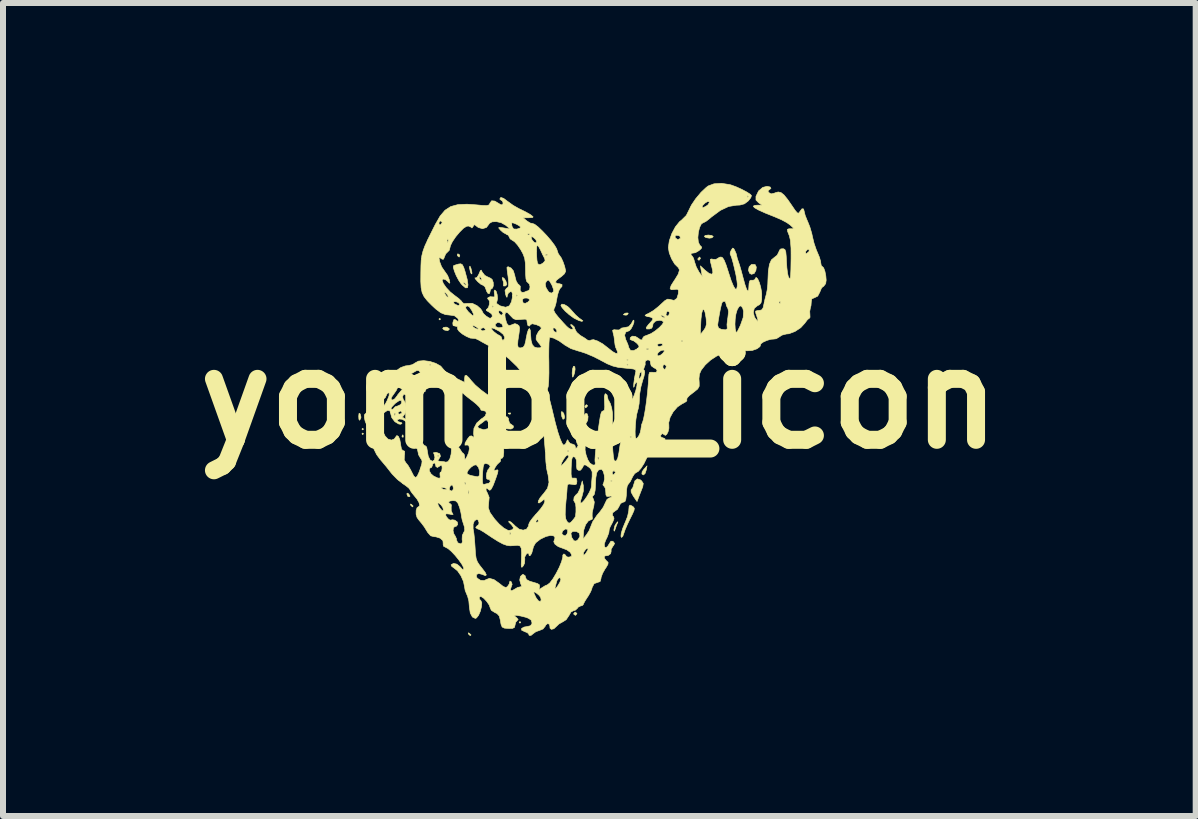
<source format=kicad_pcb>
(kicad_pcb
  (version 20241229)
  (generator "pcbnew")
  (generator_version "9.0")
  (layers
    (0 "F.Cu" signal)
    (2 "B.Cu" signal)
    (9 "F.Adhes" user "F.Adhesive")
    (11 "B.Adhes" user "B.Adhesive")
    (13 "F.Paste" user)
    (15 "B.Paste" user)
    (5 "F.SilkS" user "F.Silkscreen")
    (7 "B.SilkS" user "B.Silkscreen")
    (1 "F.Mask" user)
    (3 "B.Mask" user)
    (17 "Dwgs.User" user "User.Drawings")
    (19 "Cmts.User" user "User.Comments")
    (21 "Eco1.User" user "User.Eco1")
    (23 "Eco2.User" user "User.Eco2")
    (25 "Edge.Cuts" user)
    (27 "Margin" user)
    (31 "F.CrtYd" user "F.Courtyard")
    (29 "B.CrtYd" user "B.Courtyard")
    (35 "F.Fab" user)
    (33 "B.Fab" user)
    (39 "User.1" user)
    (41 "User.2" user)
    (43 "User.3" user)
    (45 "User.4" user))
  (footprint "yombo_icon"
    (layer "F.Cu")
    (at 6.938 3.59)
    (property "Reference" "yombo_icon" (at 0 0 0) (layer "F.SilkS") (effects (font (size 1.524 1.524) (thickness 0.3))))
    (attr through_hole)
    (fp_poly (pts (xy -3.93 0.511) (xy -3.944 0.524) (xy -3.957 0.511) (xy -3.944 0.498) (xy -3.93 0.511)) (stroke (width 0.01) (type solid)) (fill yes) (layer "F.SilkS"))
    (fp_poly (pts (xy -3.93 0.589) (xy -3.944 0.602) (xy -3.957 0.589) (xy -3.944 0.576) (xy -3.93 0.589)) (stroke (width 0.01) (type solid)) (fill yes) (layer "F.SilkS"))
    (fp_poly (pts (xy -2.647 -1.322) (xy -2.66 -1.309) (xy -2.674 -1.322) (xy -2.66 -1.335) (xy -2.647 -1.322)) (stroke (width 0.01) (type solid)) (fill yes) (layer "F.SilkS"))
    (fp_poly (pts (xy -1.31 3.731) (xy -1.323 3.745) (xy -1.337 3.731) (xy -1.323 3.718) (xy -1.31 3.731)) (stroke (width 0.01) (type solid)) (fill yes) (layer "F.SilkS"))
    (fp_poly (pts (xy -3.271 0.611) (xy -3.268 0.642) (xy -3.271 0.646) (xy -3.287 0.642) (xy -3.289 0.628) (xy -3.279 0.607) (xy -3.271 0.611)) (stroke (width 0.01) (type solid)) (fill yes) (layer "F.SilkS"))
    (fp_poly (pts (xy -1.479 0.244) (xy -1.483 0.26) (xy -1.497 0.262) (xy -1.519 0.252) (xy -1.515 0.244) (xy -1.483 0.241) (xy -1.479 0.244)) (stroke (width 0.01) (type solid)) (fill yes) (layer "F.SilkS"))
    (fp_poly (pts (xy -3.702 -0.166) (xy -3.706 -0.145) (xy -3.728 -0.109) (xy -3.742 -0.115) (xy -3.743 -0.129) (xy -3.724 -0.165) (xy -3.717 -0.17) (xy -3.702 -0.166)) (stroke (width 0.01) (type solid)) (fill yes) (layer "F.SilkS"))
    (fp_poly (pts (xy -3.132 1.765) (xy -3.104 1.791) (xy -3.11 1.807) (xy -3.113 1.807) (xy -3.136 1.788) (xy -3.144 1.777) (xy -3.147 1.759) (xy -3.132 1.765)) (stroke (width 0.01) (type solid)) (fill yes) (layer "F.SilkS"))
    (fp_poly (pts (xy -2.17 3.912) (xy -2.141 3.937) (xy -2.139 3.942) (xy -2.152 3.953) (xy -2.178 3.929) (xy -2.182 3.924) (xy -2.185 3.906) (xy -2.17 3.912)) (stroke (width 0.01) (type solid)) (fill yes) (layer "F.SilkS"))
    (fp_poly (pts (xy -1.504 0.565) (xy -1.488 0.588) (xy -1.491 0.621) (xy -1.527 0.628) (xy -1.567 0.616) (xy -1.571 0.597) (xy -1.541 0.561) (xy -1.504 0.565)) (stroke (width 0.01) (type solid)) (fill yes) (layer "F.SilkS"))
    (fp_poly (pts (xy 0.782 1.191) (xy 0.761 1.253) (xy 0.733 1.275) (xy 0.709 1.258) (xy 0.713 1.222) (xy 0.744 1.177) (xy 0.795 1.123) (xy 0.782 1.191)) (stroke (width 0.01) (type solid)) (fill yes) (layer "F.SilkS"))
    (fp_poly (pts (xy -3.991 0.252) (xy -3.986 0.259) (xy -3.972 0.311) (xy -3.976 0.331) (xy -3.995 0.364) (xy -4.007 0.347) (xy -4.01 0.295) (xy -4.005 0.249) (xy -3.991 0.252)) (stroke (width 0.01) (type solid)) (fill yes) (layer "F.SilkS"))
    (fp_poly (pts (xy -3.177 1.592) (xy -3.156 1.625) (xy -3.159 1.636) (xy -3.187 1.635) (xy -3.191 1.632) (xy -3.208 1.592) (xy -3.208 1.588) (xy -3.195 1.578) (xy -3.177 1.592)) (stroke (width 0.01) (type solid)) (fill yes) (layer "F.SilkS"))
    (fp_poly (pts (xy -2.335 0.671) (xy -2.339 0.681) (xy -2.364 0.706) (xy -2.368 0.707) (xy -2.379 0.687) (xy -2.38 0.681) (xy -2.359 0.656) (xy -2.351 0.655) (xy -2.335 0.671)) (stroke (width 0.01) (type solid)) (fill yes) (layer "F.SilkS"))
    (fp_poly (pts (xy -2.327 -2.39) (xy -2.326 -2.383) (xy -2.335 -2.357) (xy -2.338 -2.357) (xy -2.361 -2.375) (xy -2.366 -2.383) (xy -2.364 -2.407) (xy -2.354 -2.409) (xy -2.327 -2.39)) (stroke (width 0.01) (type solid)) (fill yes) (layer "F.SilkS"))
    (fp_poly (pts (xy -0.375 3.581) (xy -0.374 3.587) (xy -0.395 3.613) (xy -0.401 3.614) (xy -0.427 3.594) (xy -0.428 3.587) (xy -0.407 3.562) (xy -0.401 3.561) (xy -0.375 3.581)) (stroke (width 0.01) (type solid)) (fill yes) (layer "F.SilkS"))
    (fp_poly (pts (xy -0.196 0.121) (xy -0.201 0.131) (xy -0.225 0.156) (xy -0.229 0.157) (xy -0.24 0.137) (xy -0.241 0.131) (xy -0.22 0.106) (xy -0.212 0.105) (xy -0.196 0.121)) (stroke (width 0.01) (type solid)) (fill yes) (layer "F.SilkS"))
    (fp_poly (pts (xy -0.188 0.611) (xy -0.187 0.638) (xy -0.191 0.694) (xy -0.207 0.702) (xy -0.238 0.671) (xy -0.252 0.633) (xy -0.228 0.603) (xy -0.198 0.586) (xy -0.188 0.611)) (stroke (width 0.01) (type solid)) (fill yes) (layer "F.SilkS"))
    (fp_poly (pts (xy 0.481 -1.413) (xy 0.46 -1.391) (xy 0.441 -1.388) (xy 0.405 -1.393) (xy 0.401 -1.398) (xy 0.422 -1.415) (xy 0.441 -1.423) (xy 0.476 -1.424) (xy 0.481 -1.413)) (stroke (width 0.01) (type solid)) (fill yes) (layer "F.SilkS"))
    (fp_poly (pts (xy 1.684 -2.336) (xy 1.684 -2.331) (xy 1.664 -2.305) (xy 1.656 -2.304) (xy 1.64 -2.32) (xy 1.644 -2.331) (xy 1.668 -2.355) (xy 1.673 -2.357) (xy 1.684 -2.336)) (stroke (width 0.01) (type solid)) (fill yes) (layer "F.SilkS"))
    (fp_poly (pts (xy -2.54 -1.186) (xy -2.504 -1.166) (xy -2.502 -1.149) (xy -2.528 -1.129) (xy -2.577 -1.139) (xy -2.587 -1.143) (xy -2.611 -1.165) (xy -2.596 -1.184) (xy -2.554 -1.189) (xy -2.54 -1.186)) (stroke (width 0.01) (type solid)) (fill yes) (layer "F.SilkS"))
    (fp_poly (pts (xy -2.14 -2.17) (xy -2.138 -2.162) (xy -2.124 -2.104) (xy -2.124 -2.075) (xy -2.137 -2.082) (xy -2.149 -2.109) (xy -2.163 -2.173) (xy -2.163 -2.195) (xy -2.156 -2.205) (xy -2.14 -2.17)) (stroke (width 0.01) (type solid)) (fill yes) (layer "F.SilkS"))
    (fp_poly (pts (xy -0.602 0.238) (xy -0.592 0.254) (xy -0.579 0.309) (xy -0.587 0.338) (xy -0.606 0.347) (xy -0.624 0.307) (xy -0.626 0.301) (xy -0.636 0.239) (xy -0.626 0.217) (xy -0.602 0.238)) (stroke (width 0.01) (type solid)) (fill yes) (layer "F.SilkS"))
    (fp_poly (pts (xy 0.307 2.064) (xy 0.285 2.115) (xy 0.267 2.169) (xy 0.251 2.211) (xy 0.244 2.205) (xy 0.243 2.185) (xy 0.258 2.122) (xy 0.283 2.08) (xy 0.307 2.054) (xy 0.307 2.064)) (stroke (width 0.01) (type solid)) (fill yes) (layer "F.SilkS"))
    (fp_poly (pts (xy -0.409 -0.53) (xy -0.404 -0.488) (xy -0.412 -0.429) (xy -0.428 -0.38) (xy -0.443 -0.355) (xy -0.45 -0.373) (xy -0.453 -0.424) (xy -0.447 -0.491) (xy -0.432 -0.533) (xy -0.428 -0.537) (xy -0.409 -0.53)) (stroke (width 0.01) (type solid)) (fill yes) (layer "F.SilkS"))
    (fp_poly (pts (xy 1.874 -2.716) (xy 1.898 -2.698) (xy 1.898 -2.697) (xy 1.875 -2.677) (xy 1.833 -2.671) (xy 1.776 -2.681) (xy 1.751 -2.697) (xy 1.762 -2.716) (xy 1.814 -2.723) (xy 1.817 -2.723) (xy 1.874 -2.716)) (stroke (width 0.01) (type solid)) (fill yes) (layer "F.SilkS"))
    (fp_poly (pts (xy 2.595 -2.232) (xy 2.616 -2.19) (xy 2.609 -2.133) (xy 2.579 -2.081) (xy 2.534 -2.069) (xy 2.504 -2.086) (xy 2.485 -2.136) (xy 2.496 -2.193) (xy 2.533 -2.231) (xy 2.54 -2.233) (xy 2.595 -2.232)) (stroke (width 0.01) (type solid)) (fill yes) (layer "F.SilkS"))
    (fp_poly (pts (xy -1.582 -1.995) (xy -1.557 -1.953) (xy -1.541 -1.903) (xy -1.558 -1.879) (xy -1.568 -1.874) (xy -1.598 -1.875) (xy -1.597 -1.892) (xy -1.598 -1.941) (xy -1.609 -1.97) (xy -1.619 -2.008) (xy -1.609 -2.016) (xy -1.582 -1.995)) (stroke (width 0.01) (type solid)) (fill yes) (layer "F.SilkS"))
    (fp_poly (pts (xy -0.188 0.301) (xy -0.194 0.364) (xy -0.221 0.414) (xy -0.224 0.416) (xy -0.255 0.429) (xy -0.274 0.397) (xy -0.276 0.389) (xy -0.276 0.339) (xy -0.258 0.288) (xy -0.231 0.253) (xy -0.205 0.253) (xy -0.188 0.301)) (stroke (width 0.01) (type solid)) (fill yes) (layer "F.SilkS"))
    (fp_poly (pts (xy 0.686 1.358) (xy 0.706 1.376) (xy 0.732 1.417) (xy 0.723 1.471) (xy 0.717 1.487) (xy 0.686 1.566) (xy 0.658 1.638) (xy 0.628 1.718) (xy 0.566 1.628) (xy 0.53 1.562) (xy 0.529 1.524) (xy 0.533 1.52) (xy 0.559 1.483) (xy 0.568 1.452) (xy 0.593 1.372) (xy 0.633 1.34) (xy 0.686 1.358)) (stroke (width 0.01) (type solid)) (fill yes) (layer "F.SilkS"))
    (fp_poly (pts (xy -0.582 -1.564) (xy -0.529 -1.533) (xy -0.496 -1.503) (xy -0.441 -1.442) (xy -0.396 -1.392) (xy -0.395 -1.391) (xy -0.339 -1.341) (xy -0.305 -1.317) (xy -0.274 -1.293) (xy -0.291 -1.285) (xy -0.294 -1.285) (xy -0.341 -1.298) (xy -0.408 -1.331) (xy -0.428 -1.342) (xy -0.502 -1.396) (xy -0.571 -1.457) (xy -0.621 -1.514) (xy -0.641 -1.551) (xy -0.624 -1.572) (xy -0.582 -1.564)) (stroke (width 0.01) (type solid)) (fill yes) (layer "F.SilkS"))
    (fp_poly (pts (xy 0.541 1.79) (xy 0.571 1.811) (xy 0.583 1.833) (xy 0.577 1.868) (xy 0.55 1.929) (xy 0.51 2.009) (xy 0.466 2.101) (xy 0.43 2.185) (xy 0.413 2.234) (xy 0.391 2.296) (xy 0.37 2.317) (xy 0.36 2.297) (xy 0.365 2.247) (xy 0.389 2.166) (xy 0.426 2.076) (xy 0.435 2.056) (xy 0.47 1.967) (xy 0.49 1.875) (xy 0.491 1.857) (xy 0.496 1.796) (xy 0.51 1.777) (xy 0.541 1.79)) (stroke (width 0.01) (type solid)) (fill yes) (layer "F.SilkS"))
    (fp_poly (pts (xy -0.368 0.111) (xy -0.349 0.142) (xy -0.342 0.204) (xy -0.348 0.279) (xy -0.366 0.346) (xy -0.375 0.365) (xy -0.394 0.391) (xy -0.4 0.367) (xy -0.4 0.359) (xy -0.412 0.327) (xy -0.428 0.327) (xy -0.446 0.317) (xy -0.453 0.264) (xy -0.453 0.257) (xy -0.449 0.204) (xy -0.44 0.198) (xy -0.428 0.223) (xy -0.411 0.256) (xy -0.403 0.242) (xy -0.4 0.209) (xy -0.397 0.151) (xy -0.399 0.122) (xy -0.383 0.108) (xy -0.368 0.111)) (stroke (width 0.01) (type solid)) (fill yes) (layer "F.SilkS"))
    (fp_poly (pts (xy -2.283 -2.229) (xy -2.26 -2.183) (xy -2.238 -2.116) (xy -2.202 -1.983) (xy -2.189 -1.892) (xy -2.198 -1.845) (xy -2.23 -1.843) (xy -2.282 -1.887) (xy -2.304 -1.911) (xy -2.317 -1.93) (xy -2.268 -1.93) (xy -2.262 -1.916) (xy -2.235 -1.887) (xy -2.219 -1.893) (xy -2.219 -1.897) (xy -2.238 -1.919) (xy -2.25 -1.927) (xy -2.268 -1.93) (xy -2.317 -1.93) (xy -2.345 -1.971) (xy -2.385 -2.047) (xy -2.416 -2.123) (xy -2.433 -2.183) (xy -2.431 -2.211) (xy -2.399 -2.224) (xy -2.35 -2.239) (xy -2.31 -2.244) (xy -2.283 -2.229)) (stroke (width 0.01) (type solid)) (fill yes) (layer "F.SilkS"))
    (fp_poly (pts (xy -1.953 -2.108) (xy -1.951 -2.104) (xy -1.909 -2.051) (xy -1.867 -2.028) (xy -1.81 -2.002) (xy -1.785 -1.98) (xy -1.768 -1.932) (xy -1.767 -1.877) (xy -1.78 -1.839) (xy -1.791 -1.833) (xy -1.815 -1.812) (xy -1.818 -1.795) (xy -1.829 -1.75) (xy -1.854 -1.748) (xy -1.879 -1.787) (xy -1.885 -1.807) (xy -1.907 -1.862) (xy -1.935 -1.885) (xy -1.936 -1.885) (xy -1.975 -1.903) (xy -2.027 -1.947) (xy -2.034 -1.955) (xy -2.068 -1.995) (xy -2.071 -2.002) (xy -1.998 -2.002) (xy -1.993 -1.992) (xy -1.968 -1.965) (xy -1.963 -1.984) (xy -1.969 -2.004) (xy -1.989 -2.033) (xy -1.998 -2.032) (xy -1.998 -2.002) (xy -2.071 -2.002) (xy -2.073 -2.01) (xy -2.068 -2.007) (xy -2.038 -2.017) (xy -2.008 -2.07) (xy -2.006 -2.075) (xy -1.983 -2.129) (xy -1.969 -2.139) (xy -1.953 -2.108)) (stroke (width 0.01) (type solid)) (fill yes) (layer "F.SilkS"))
    (fp_poly (pts (xy 2.17 -3.564) (xy 2.191 -3.559) (xy 2.279 -3.527) (xy 2.372 -3.485) (xy 2.455 -3.441) (xy 2.515 -3.403) (xy 2.535 -3.381) (xy 2.524 -3.346) (xy 2.485 -3.295) (xy 2.476 -3.287) (xy 2.417 -3.243) (xy 2.343 -3.223) (xy 2.281 -3.22) (xy 2.154 -3.199) (xy 2.018 -3.135) (xy 1.869 -3.025) (xy 1.838 -2.998) (xy 1.783 -2.955) (xy 1.743 -2.933) (xy 1.738 -2.933) (xy 1.7 -2.909) (xy 1.67 -2.849) (xy 1.65 -2.768) (xy 1.642 -2.681) (xy 1.65 -2.604) (xy 1.675 -2.553) (xy 1.68 -2.548) (xy 1.706 -2.522) (xy 1.697 -2.496) (xy 1.658 -2.462) (xy 1.601 -2.429) (xy 1.558 -2.422) (xy 1.557 -2.422) (xy 1.528 -2.418) (xy 1.529 -2.391) (xy 1.548 -2.372) (xy 1.569 -2.338) (xy 1.587 -2.277) (xy 1.588 -2.272) (xy 1.616 -2.189) (xy 1.66 -2.109) (xy 1.66 -2.108) (xy 1.716 -2.029) (xy 1.7 -2.12) (xy 1.684 -2.21) (xy 1.759 -2.139) (xy 1.829 -2.084) (xy 1.874 -2.07) (xy 1.892 -2.097) (xy 1.886 -2.141) (xy 1.867 -2.22) (xy 1.853 -2.274) (xy 1.848 -2.318) (xy 1.872 -2.325) (xy 1.892 -2.319) (xy 1.943 -2.317) (xy 1.964 -2.329) (xy 2.003 -2.353) (xy 2.028 -2.357) (xy 2.054 -2.345) (xy 2.08 -2.304) (xy 2.111 -2.228) (xy 2.15 -2.108) (xy 2.154 -2.095) (xy 2.197 -1.963) (xy 2.235 -1.872) (xy 2.265 -1.824) (xy 2.287 -1.822) (xy 2.298 -1.868) (xy 2.299 -1.906) (xy 2.292 -1.967) (xy 2.277 -2.056) (xy 2.254 -2.158) (xy 2.23 -2.258) (xy 2.206 -2.342) (xy 2.186 -2.395) (xy 2.18 -2.404) (xy 2.181 -2.433) (xy 2.197 -2.469) (xy 2.221 -2.506) (xy 2.239 -2.498) (xy 2.254 -2.472) (xy 2.28 -2.413) (xy 2.287 -2.383) (xy 2.3 -2.329) (xy 2.318 -2.278) (xy 2.337 -2.221) (xy 2.363 -2.131) (xy 2.391 -2.027) (xy 2.394 -2.016) (xy 2.427 -1.896) (xy 2.454 -1.819) (xy 2.474 -1.789) (xy 2.487 -1.807) (xy 2.49 -1.834) (xy 2.495 -1.916) (xy 2.505 -1.958) (xy 2.525 -1.971) (xy 2.547 -1.969) (xy 2.586 -1.975) (xy 2.593 -1.989) (xy 2.61 -2.015) (xy 2.616 -2.016) (xy 2.639 -1.993) (xy 2.665 -1.935) (xy 2.688 -1.858) (xy 2.703 -1.778) (xy 2.706 -1.741) (xy 2.705 -1.648) (xy 2.694 -1.593) (xy 2.668 -1.562) (xy 2.634 -1.545) (xy 2.582 -1.502) (xy 2.566 -1.433) (xy 2.585 -1.357) (xy 2.609 -1.321) (xy 2.639 -1.286) (xy 2.645 -1.292) (xy 2.639 -1.322) (xy 2.618 -1.391) (xy 2.607 -1.421) (xy 2.603 -1.455) (xy 2.639 -1.466) (xy 2.656 -1.466) (xy 2.703 -1.474) (xy 2.728 -1.508) (xy 2.741 -1.565) (xy 2.748 -1.597) (xy 2.995 -1.597) (xy 3.004 -1.576) (xy 3.012 -1.58) (xy 3.016 -1.611) (xy 3.012 -1.615) (xy 2.996 -1.611) (xy 2.995 -1.597) (xy 2.748 -1.597) (xy 2.76 -1.654) (xy 2.782 -1.735) (xy 2.783 -1.739) (xy 2.797 -1.809) (xy 2.807 -1.904) (xy 2.809 -1.961) (xy 2.816 -2.122) (xy 2.835 -2.236) (xy 2.867 -2.309) (xy 2.909 -2.344) (xy 2.963 -2.387) (xy 2.985 -2.429) (xy 3.006 -2.476) (xy 3.024 -2.492) (xy 3.066 -2.495) (xy 3.092 -2.482) (xy 3.107 -2.443) (xy 3.114 -2.369) (xy 3.118 -2.285) (xy 3.125 -2.178) (xy 3.136 -2.088) (xy 3.149 -2.03) (xy 3.153 -2.023) (xy 3.167 -2.001) (xy 3.177 -1.996) (xy 3.184 -2.015) (xy 3.188 -2.063) (xy 3.192 -2.149) (xy 3.194 -2.278) (xy 3.195 -2.33) (xy 3.195 -2.415) (xy 3.438 -2.415) (xy 3.454 -2.415) (xy 3.492 -2.447) (xy 3.496 -2.457) (xy 3.494 -2.485) (xy 3.47 -2.483) (xy 3.443 -2.455) (xy 3.439 -2.446) (xy 3.438 -2.415) (xy 3.195 -2.415) (xy 3.194 -2.507) (xy 3.184 -2.635) (xy 3.165 -2.715) (xy 3.164 -2.716) (xy 3.137 -2.784) (xy 3.133 -2.817) (xy 3.157 -2.827) (xy 3.188 -2.828) (xy 3.247 -2.828) (xy 3.181 -2.89) (xy 3.123 -2.931) (xy 3.033 -2.979) (xy 2.931 -3.023) (xy 2.929 -3.024) (xy 2.764 -3.09) (xy 2.649 -3.142) (xy 2.583 -3.18) (xy 2.565 -3.205) (xy 2.593 -3.218) (xy 2.64 -3.221) (xy 2.712 -3.221) (xy 2.653 -3.262) (xy 2.61 -3.307) (xy 2.61 -3.368) (xy 2.611 -3.37) (xy 2.654 -3.458) (xy 2.723 -3.517) (xy 2.794 -3.535) (xy 2.846 -3.524) (xy 2.86 -3.5) (xy 2.829 -3.476) (xy 2.827 -3.475) (xy 2.808 -3.457) (xy 2.827 -3.429) (xy 2.862 -3.409) (xy 2.914 -3.42) (xy 2.93 -3.427) (xy 2.98 -3.441) (xy 3.027 -3.431) (xy 3.077 -3.391) (xy 3.138 -3.316) (xy 3.21 -3.212) (xy 3.263 -3.134) (xy 3.297 -3.094) (xy 3.318 -3.086) (xy 3.336 -3.105) (xy 3.341 -3.114) (xy 3.377 -3.161) (xy 3.403 -3.158) (xy 3.415 -3.112) (xy 3.429 -3.053) (xy 3.46 -2.975) (xy 3.472 -2.948) (xy 3.508 -2.858) (xy 3.54 -2.749) (xy 3.552 -2.693) (xy 3.578 -2.586) (xy 3.615 -2.478) (xy 3.634 -2.433) (xy 3.668 -2.352) (xy 3.688 -2.281) (xy 3.69 -2.26) (xy 3.698 -2.213) (xy 3.713 -2.2) (xy 3.738 -2.176) (xy 3.759 -2.119) (xy 3.774 -2.044) (xy 3.78 -1.971) (xy 3.772 -1.916) (xy 3.77 -1.911) (xy 3.739 -1.87) (xy 3.721 -1.859) (xy 3.701 -1.837) (xy 3.678 -1.782) (xy 3.675 -1.774) (xy 3.639 -1.705) (xy 3.588 -1.68) (xy 3.54 -1.659) (xy 3.532 -1.615) (xy 3.527 -1.546) (xy 3.517 -1.512) (xy 3.506 -1.45) (xy 3.509 -1.4) (xy 3.511 -1.352) (xy 3.498 -1.335) (xy 3.47 -1.315) (xy 3.432 -1.265) (xy 3.425 -1.255) (xy 3.356 -1.179) (xy 3.26 -1.116) (xy 3.159 -1.078) (xy 3.115 -1.074) (xy 3.043 -1.055) (xy 3.001 -1.027) (xy 2.948 -0.995) (xy 2.91 -0.99) (xy 2.858 -0.986) (xy 2.793 -0.967) (xy 2.732 -0.94) (xy 2.692 -0.911) (xy 2.686 -0.892) (xy 2.676 -0.864) (xy 2.63 -0.83) (xy 2.62 -0.825) (xy 2.549 -0.8) (xy 2.462 -0.794) (xy 2.379 -0.801) (xy 2.287 -0.809) (xy 2.235 -0.805) (xy 2.21 -0.788) (xy 2.203 -0.776) (xy 2.169 -0.746) (xy 2.126 -0.749) (xy 2.047 -0.744) (xy 1.953 -0.705) (xy 1.855 -0.641) (xy 1.766 -0.56) (xy 1.698 -0.473) (xy 1.668 -0.405) (xy 1.66 -0.33) (xy 1.664 -0.26) (xy 1.664 -0.203) (xy 1.639 -0.158) (xy 1.58 -0.11) (xy 1.501 -0.049) (xy 1.462 -0.007) (xy 1.456 0.023) (xy 1.46 0.031) (xy 1.447 0.052) (xy 1.397 0.081) (xy 1.381 0.088) (xy 1.302 0.141) (xy 1.231 0.222) (xy 1.179 0.316) (xy 1.156 0.405) (xy 1.158 0.44) (xy 1.159 0.497) (xy 1.145 0.556) (xy 1.122 0.6) (xy 1.098 0.616) (xy 1.085 0.605) (xy 1.053 0.587) (xy 1.041 0.59) (xy 1.017 0.624) (xy 1.035 0.651) (xy 1.056 0.655) (xy 1.092 0.67) (xy 1.096 0.682) (xy 1.08 0.698) (xy 1.071 0.695) (xy 1.037 0.7) (xy 1.011 0.722) (xy 0.97 0.768) (xy 0.913 0.83) (xy 0.896 0.847) (xy 0.838 0.915) (xy 0.795 0.981) (xy 0.788 0.995) (xy 0.743 1.087) (xy 0.693 1.165) (xy 0.647 1.217) (xy 0.62 1.231) (xy 0.588 1.253) (xy 0.553 1.307) (xy 0.547 1.321) (xy 0.516 1.384) (xy 0.487 1.423) (xy 0.483 1.426) (xy 0.464 1.461) (xy 0.455 1.513) (xy 0.449 1.619) (xy 0.441 1.683) (xy 0.428 1.716) (xy 0.408 1.727) (xy 0.395 1.728) (xy 0.353 1.751) (xy 0.332 1.793) (xy 0.301 1.848) (xy 0.265 1.873) (xy 0.223 1.905) (xy 0.217 1.949) (xy 0.239 1.976) (xy 0.244 2.006) (xy 0.221 2.063) (xy 0.212 2.08) (xy 0.179 2.142) (xy 0.164 2.185) (xy 0.164 2.19) (xy 0.158 2.238) (xy 0.131 2.31) (xy 0.105 2.363) (xy 0.083 2.424) (xy 0.086 2.472) (xy 0.108 2.488) (xy 0.138 2.466) (xy 0.165 2.422) (xy 0.193 2.379) (xy 0.223 2.38) (xy 0.232 2.387) (xy 0.254 2.416) (xy 0.236 2.452) (xy 0.225 2.464) (xy 0.196 2.515) (xy 0.196 2.55) (xy 0.187 2.587) (xy 0.147 2.617) (xy 0.1 2.623) (xy 0.08 2.633) (xy 0.087 2.667) (xy 0.116 2.703) (xy 0.123 2.709) (xy 0.146 2.732) (xy 0.143 2.763) (xy 0.113 2.816) (xy 0.096 2.84) (xy 0.054 2.914) (xy 0.029 2.983) (xy 0.027 3.002) (xy 0.012 3.052) (xy -0.025 3.064) (xy -0.087 3.086) (xy -0.122 3.154) (xy -0.126 3.173) (xy -0.145 3.221) (xy -0.183 3.289) (xy -0.2 3.314) (xy -0.241 3.378) (xy -0.265 3.424) (xy -0.267 3.434) (xy -0.289 3.454) (xy -0.308 3.456) (xy -0.353 3.478) (xy -0.365 3.496) (xy -0.401 3.529) (xy -0.428 3.535) (xy -0.473 3.559) (xy -0.504 3.614) (xy -0.553 3.687) (xy -0.605 3.72) (xy -0.673 3.758) (xy -0.715 3.798) (xy -0.758 3.838) (xy -0.8 3.848) (xy -0.823 3.827) (xy -0.823 3.806) (xy -0.832 3.763) (xy -0.863 3.752) (xy -0.894 3.777) (xy -0.9 3.793) (xy -0.938 3.841) (xy -0.99 3.863) (xy -1.057 3.887) (xy -1.098 3.916) (xy -1.139 3.949) (xy -1.17 3.948) (xy -1.176 3.928) (xy -1.199 3.904) (xy -1.244 3.886) (xy -1.295 3.862) (xy -1.297 3.834) (xy -1.255 3.81) (xy -1.208 3.802) (xy -1.147 3.788) (xy -1.124 3.755) (xy -1.123 3.736) (xy -1.137 3.693) (xy -1.185 3.662) (xy -1.229 3.646) (xy -1.309 3.626) (xy -1.372 3.615) (xy -1.383 3.614) (xy -1.415 3.618) (xy -1.404 3.634) (xy -1.382 3.651) (xy -1.353 3.683) (xy -1.366 3.697) (xy -1.393 3.729) (xy -1.404 3.772) (xy -1.414 3.815) (xy -1.447 3.832) (xy -1.508 3.833) (xy -1.581 3.828) (xy -1.62 3.809) (xy -1.639 3.762) (xy -1.649 3.699) (xy -1.668 3.626) (xy -1.705 3.585) (xy -1.741 3.568) (xy -1.8 3.531) (xy -1.818 3.491) (xy -1.835 3.443) (xy -1.876 3.384) (xy -1.926 3.33) (xy -1.971 3.301) (xy -1.98 3.299) (xy -2.004 3.316) (xy -1.995 3.349) (xy -1.976 3.366) (xy -1.959 3.404) (xy -1.964 3.469) (xy -1.983 3.545) (xy -2.013 3.614) (xy -2.048 3.658) (xy -2.067 3.666) (xy -2.116 3.642) (xy -2.151 3.576) (xy -2.166 3.479) (xy -2.167 3.465) (xy -2.175 3.374) (xy -2.196 3.295) (xy -2.206 3.273) (xy -2.224 3.229) (xy -1.096 3.229) (xy -1.085 3.257) (xy -1.059 3.312) (xy -1.053 3.324) (xy -1.016 3.373) (xy -0.984 3.384) (xy -0.969 3.36) (xy -0.978 3.316) (xy -1.002 3.283) (xy -1.041 3.249) (xy -1.078 3.226) (xy -1.096 3.228) (xy -1.096 3.229) (xy -2.224 3.229) (xy -2.236 3.2) (xy -2.246 3.142) (xy -2.264 3.051) (xy -2.307 2.954) (xy -2.364 2.872) (xy -2.415 2.831) (xy -2.46 2.798) (xy -2.471 2.772) (xy -2.471 2.772) (xy -2.43 2.749) (xy -2.375 2.761) (xy -2.324 2.802) (xy -2.319 2.808) (xy -2.284 2.846) (xy -2.26 2.85) (xy -2.262 2.819) (xy -2.292 2.762) (xy -2.343 2.69) (xy -2.403 2.616) (xy -2.465 2.55) (xy -2.52 2.503) (xy -2.544 2.49) (xy -2.597 2.462) (xy -2.604 2.426) (xy -2.602 2.42) (xy -2.607 2.37) (xy -2.652 2.329) (xy -2.724 2.306) (xy -2.753 2.304) (xy -2.811 2.289) (xy -2.859 2.235) (xy -2.872 2.214) (xy -2.917 2.141) (xy -2.961 2.082) (xy -2.966 2.076) (xy -3.014 2.018) (xy -3.039 1.981) (xy -3.053 1.931) (xy -2.566 1.931) (xy -2.551 1.968) (xy -2.519 2.007) (xy -2.489 2.028) (xy -2.479 2.027) (xy -2.445 2.022) (xy -2.407 2.029) (xy -2.367 2.059) (xy -2.36 2.1) (xy -2.384 2.13) (xy -2.407 2.134) (xy -2.432 2.155) (xy -2.438 2.204) (xy -2.424 2.259) (xy -2.404 2.29) (xy -2.382 2.336) (xy -2.38 2.36) (xy -2.36 2.405) (xy -2.316 2.423) (xy -2.293 2.417) (xy -2.282 2.386) (xy -2.287 2.349) (xy -2.284 2.282) (xy -2.265 2.242) (xy -2.243 2.199) (xy -2.247 2.147) (xy -2.262 2.098) (xy -2.263 2.096) (xy -2.104 2.096) (xy -2.104 2.172) (xy -2.1 2.191) (xy -2.091 2.247) (xy -2.081 2.339) (xy -2.073 2.448) (xy -2.071 2.48) (xy -2.064 2.592) (xy -2.053 2.667) (xy -2.032 2.724) (xy -1.997 2.777) (xy -1.963 2.82) (xy -1.903 2.898) (xy -1.883 2.942) (xy -1.901 2.953) (xy -1.952 2.932) (xy -2.011 2.917) (xy -2.047 2.934) (xy -2.048 2.974) (xy -2.033 2.997) (xy -1.98 3.031) (xy -1.919 3.035) (xy -1.889 3.02) (xy -1.832 2.998) (xy -1.756 3.019) (xy -1.669 3.08) (xy -1.668 3.081) (xy -1.603 3.133) (xy -1.561 3.15) (xy -1.534 3.139) (xy -1.502 3.092) (xy -1.497 3.068) (xy -1.489 3.043) (xy -1.468 3.056) (xy -1.453 3.098) (xy -1.467 3.136) (xy -1.483 3.188) (xy -1.465 3.207) (xy -1.421 3.185) (xy -1.417 3.182) (xy -1.361 3.149) (xy -1.327 3.142) (xy -1.297 3.134) (xy -1.304 3.102) (xy -1.311 3.089) (xy -1.327 3.026) (xy -1.316 2.968) (xy -1.282 2.935) (xy -1.268 2.933) (xy -1.237 2.954) (xy -1.23 2.982) (xy -1.214 3.018) (xy -1.161 3.046) (xy -1.107 3.062) (xy -1.032 3.084) (xy -0.999 3.106) (xy -0.996 3.139) (xy -0.998 3.146) (xy -1.004 3.182) (xy -0.985 3.176) (xy -0.981 3.172) (xy -0.741 3.172) (xy -0.731 3.172) (xy -0.703 3.137) (xy -0.697 3.129) (xy -0.66 3.068) (xy -0.642 3.022) (xy -0.642 3.018) (xy -0.654 2.987) (xy -0.68 2.994) (xy -0.705 3.033) (xy -0.709 3.044) (xy -0.733 3.131) (xy -0.741 3.172) (xy -0.981 3.172) (xy -0.967 3.161) (xy -0.903 3.121) (xy -0.866 3.106) (xy -0.824 3.073) (xy -0.772 3.004) (xy -0.718 2.913) (xy -0.667 2.813) (xy -0.629 2.719) (xy -0.609 2.644) (xy -0.609 2.612) (xy -0.595 2.593) (xy -0.588 2.592) (xy -0.562 2.612) (xy -0.561 2.619) (xy -0.539 2.64) (xy -0.508 2.645) (xy -0.465 2.632) (xy -0.461 2.602) (xy -0.47 2.589) (xy -0.267 2.589) (xy -0.261 2.614) (xy -0.24 2.598) (xy -0.226 2.581) (xy -0.196 2.532) (xy -0.187 2.506) (xy -0.203 2.499) (xy -0.227 2.514) (xy -0.261 2.562) (xy -0.267 2.589) (xy -0.47 2.589) (xy -0.488 2.562) (xy -0.54 2.524) (xy -0.609 2.497) (xy -0.61 2.497) (xy -0.685 2.469) (xy -0.739 2.429) (xy -0.76 2.388) (xy -0.755 2.373) (xy -0.738 2.321) (xy -0.761 2.29) (xy -0.814 2.283) (xy -0.889 2.3) (xy -0.975 2.341) (xy -0.988 2.349) (xy -1.061 2.406) (xy -1.098 2.469) (xy -1.11 2.517) (xy -1.127 2.578) (xy -1.149 2.615) (xy -1.169 2.622) (xy -1.176 2.589) (xy -1.189 2.575) (xy -1.216 2.592) (xy -1.244 2.644) (xy -1.242 2.68) (xy -1.246 2.745) (xy -1.267 2.789) (xy -1.289 2.813) (xy -1.3 2.808) (xy -1.302 2.766) (xy -1.299 2.684) (xy -1.296 2.569) (xy -1.301 2.497) (xy -1.321 2.459) (xy -1.361 2.447) (xy -1.425 2.452) (xy -1.432 2.453) (xy -1.488 2.456) (xy -1.543 2.448) (xy -1.607 2.425) (xy -1.687 2.382) (xy -1.792 2.316) (xy -1.887 2.252) (xy -1.497 2.252) (xy -1.487 2.274) (xy -1.479 2.269) (xy -1.477 2.249) (xy -0.626 2.249) (xy -0.61 2.272) (xy -0.57 2.292) (xy -0.539 2.26) (xy -0.535 2.249) (xy -0.474 2.249) (xy -0.461 2.314) (xy -0.46 2.317) (xy -0.425 2.371) (xy -0.388 2.377) (xy -0.353 2.351) (xy -0.349 2.344) (xy -0.272 2.344) (xy -0.215 2.272) (xy -0.172 2.206) (xy -0.147 2.146) (xy -0.147 2.145) (xy -0.112 2.056) (xy -0.043 1.952) (xy 0.013 1.885) (xy 0.065 1.813) (xy 0.099 1.741) (xy 0.125 1.687) (xy 0.153 1.663) (xy 0.154 1.663) (xy 0.198 1.646) (xy 0.205 1.639) (xy 0.202 1.626) (xy 0.167 1.63) (xy 0.126 1.634) (xy 0.11 1.609) (xy 0.107 1.558) (xy 0.099 1.496) (xy 0.079 1.462) (xy 0.076 1.461) (xy 0.059 1.44) (xy 0.076 1.396) (xy 0.08 1.375) (xy 0.187 1.375) (xy 0.201 1.388) (xy 0.214 1.375) (xy 0.201 1.362) (xy 0.187 1.375) (xy 0.08 1.375) (xy 0.087 1.344) (xy 0.082 1.278) (xy 0.073 1.245) (xy 0.214 1.245) (xy 0.227 1.272) (xy 0.241 1.27) (xy 0.266 1.237) (xy 0.267 1.229) (xy 0.247 1.205) (xy 0.241 1.205) (xy 0.217 1.226) (xy 0.214 1.245) (xy 0.073 1.245) (xy 0.065 1.217) (xy 0.04 1.181) (xy 0.031 1.179) (xy -0.015 1.193) (xy -0.044 1.239) (xy -0.059 1.324) (xy -0.063 1.415) (xy -0.07 1.53) (xy -0.084 1.598) (xy -0.099 1.617) (xy -0.118 1.636) (xy -0.101 1.675) (xy -0.084 1.726) (xy -0.093 1.796) (xy -0.102 1.828) (xy -0.119 1.904) (xy -0.12 1.964) (xy -0.118 1.974) (xy -0.116 2.01) (xy -0.127 2.016) (xy -0.182 2.04) (xy -0.229 2.103) (xy -0.259 2.191) (xy -0.263 2.226) (xy -0.272 2.344) (xy -0.349 2.344) (xy -0.323 2.295) (xy -0.336 2.244) (xy -0.381 2.217) (xy -0.446 2.215) (xy -0.474 2.249) (xy -0.535 2.249) (xy -0.527 2.226) (xy -0.531 2.184) (xy -0.562 2.174) (xy -0.606 2.203) (xy -0.611 2.208) (xy -0.626 2.249) (xy -1.477 2.249) (xy -1.476 2.238) (xy -1.479 2.235) (xy -1.495 2.238) (xy -1.497 2.252) (xy -1.887 2.252) (xy -1.931 2.223) (xy -1.989 2.189) (xy -2.03 2.173) (xy -2.031 2.173) (xy -2.058 2.154) (xy -2.059 2.147) (xy -2.038 2.122) (xy -2.032 2.121) (xy -2.01 2.099) (xy -2.005 2.069) (xy -2.021 2.026) (xy -2.044 2.016) (xy -2.082 2.039) (xy -2.104 2.096) (xy -2.263 2.096) (xy -2.286 2.023) (xy -2.298 1.963) (xy -2.298 1.957) (xy -2.307 1.903) (xy -2.326 1.827) (xy -2.333 1.806) (xy -2.36 1.739) (xy -2.393 1.708) (xy -2.44 1.702) (xy -2.493 1.71) (xy -2.513 1.728) (xy -2.493 1.753) (xy -2.483 1.754) (xy -2.465 1.775) (xy -2.469 1.812) (xy -2.468 1.874) (xy -2.452 1.908) (xy -2.437 1.933) (xy -2.459 1.936) (xy -2.493 1.928) (xy -2.545 1.922) (xy -2.566 1.931) (xy -3.053 1.931) (xy -3.054 1.927) (xy -3.053 1.866) (xy -3.037 1.82) (xy -3.018 1.807) (xy -2.995 1.789) (xy -3.002 1.746) (xy -2.695 1.746) (xy -2.682 1.786) (xy -2.659 1.825) (xy -2.622 1.868) (xy -2.601 1.866) (xy -2.599 1.864) (xy -2.607 1.821) (xy -2.635 1.779) (xy -2.678 1.742) (xy -2.695 1.746) (xy -3.002 1.746) (xy -3.002 1.742) (xy -3.038 1.678) (xy -3.075 1.633) (xy -3.123 1.574) (xy -3.125 1.571) (xy -2.188 1.571) (xy -2.184 1.608) (xy -2.175 1.604) (xy -2.171 1.55) (xy -2.175 1.538) (xy -2.184 1.535) (xy -2.188 1.571) (xy -3.125 1.571) (xy -3.152 1.531) (xy -3.155 1.52) (xy -3.175 1.495) (xy -2.632 1.495) (xy -2.603 1.513) (xy -2.562 1.519) (xy -2.54 1.51) (xy -2.54 1.509) (xy -2.55 1.503) (xy -2.501 1.503) (xy -2.494 1.529) (xy -2.457 1.544) (xy -2.435 1.514) (xy -2.433 1.493) (xy -2.443 1.45) (xy -2.457 1.44) (xy -2.486 1.461) (xy -2.501 1.503) (xy -2.55 1.503) (xy -2.562 1.495) (xy -2.594 1.485) (xy -2.63 1.483) (xy -2.632 1.495) (xy -3.175 1.495) (xy -3.175 1.494) (xy -3.228 1.452) (xy -3.277 1.419) (xy -3.282 1.414) (xy -2.246 1.414) (xy -2.236 1.436) (xy -2.228 1.431) (xy -2.225 1.4) (xy -2.228 1.397) (xy -2.244 1.4) (xy -2.246 1.414) (xy -3.282 1.414) (xy -3.352 1.36) (xy -1.949 1.36) (xy -1.945 1.413) (xy -1.933 1.433) (xy -1.911 1.43) (xy -1.859 1.416) (xy -1.843 1.414) (xy -1.821 1.393) (xy -1.818 1.376) (xy -1.836 1.349) (xy -1.853 1.35) (xy -1.876 1.34) (xy -1.884 1.298) (xy -1.877 1.243) (xy -1.858 1.191) (xy -1.837 1.166) (xy -1.818 1.131) (xy -1.841 1.099) (xy -1.893 1.082) (xy -1.899 1.082) (xy -1.922 1.095) (xy -1.936 1.14) (xy -1.944 1.225) (xy -1.946 1.264) (xy -1.949 1.36) (xy -3.352 1.36) (xy -3.367 1.348) (xy -3.452 1.261) (xy -3.48 1.226) (xy -3.549 1.138) (xy -3.623 1.05) (xy -3.648 1.021) (xy -3.711 0.936) (xy -3.76 0.837) (xy -3.768 0.812) (xy -3.798 0.722) (xy -3.832 0.641) (xy -3.841 0.622) (xy -3.867 0.556) (xy -3.872 0.504) (xy -3.874 0.45) (xy -3.88 0.432) (xy -3.882 0.429) (xy -3.647 0.429) (xy -3.607 0.553) (xy -3.57 0.627) (xy -3.523 0.677) (xy -3.465 0.694) (xy -3.416 0.675) (xy -3.398 0.648) (xy -3.375 0.618) (xy -3.349 0.632) (xy -3.326 0.684) (xy -3.311 0.765) (xy -3.311 0.773) (xy -3.297 0.846) (xy -3.271 0.871) (xy -3.267 0.87) (xy -3.245 0.88) (xy -3.245 0.928) (xy -3.249 0.95) (xy -3.252 1.026) (xy -3.224 1.072) (xy -3.188 1.116) (xy -3.146 1.188) (xy -3.127 1.226) (xy -3.092 1.294) (xy -3.063 1.318) (xy -3.036 1.297) (xy -3.004 1.228) (xy -2.983 1.169) (xy -2.834 1.169) (xy -2.832 1.21) (xy -2.805 1.257) (xy -2.761 1.294) (xy -2.69 1.327) (xy -2.655 1.328) (xy -2.651 1.297) (xy -2.655 1.283) (xy -2.656 1.241) (xy -2.651 1.237) (xy -2.205 1.237) (xy -2.201 1.258) (xy -2.16 1.278) (xy -2.112 1.29) (xy -2.055 1.301) (xy -2.028 1.306) (xy -2.004 1.289) (xy -1.999 1.278) (xy -1.995 1.214) (xy -2.014 1.149) (xy -2.049 1.108) (xy -2.053 1.106) (xy -2.092 1.113) (xy -2.14 1.147) (xy -2.183 1.193) (xy -2.205 1.237) (xy -2.651 1.237) (xy -2.644 1.231) (xy -2.627 1.208) (xy -2.62 1.16) (xy -2.625 1.114) (xy -2.643 1.113) (xy -2.652 1.121) (xy -2.698 1.15) (xy -2.724 1.135) (xy -2.727 1.113) (xy -2.742 1.078) (xy -2.754 1.074) (xy -2.778 1.095) (xy -2.781 1.113) (xy -2.795 1.148) (xy -2.807 1.152) (xy -2.834 1.169) (xy -2.983 1.169) (xy -2.983 1.168) (xy -2.959 1.09) (xy -2.954 1.044) (xy -2.967 1.011) (xy -2.98 0.996) (xy -3.014 0.936) (xy -3.021 0.896) (xy -3.033 0.844) (xy -3.048 0.825) (xy -3.074 0.793) (xy -3.063 0.769) (xy -3.03 0.771) (xy -2.982 0.769) (xy -2.964 0.754) (xy -2.945 0.734) (xy -2.941 0.753) (xy -2.92 0.783) (xy -2.905 0.786) (xy -2.878 0.81) (xy -2.866 0.878) (xy -2.866 0.88) (xy -2.851 0.965) (xy -2.82 1.026) (xy -2.78 1.047) (xy -2.752 1.026) (xy -2.74 0.98) (xy -2.746 0.956) (xy -2.7 0.956) (xy -2.687 0.969) (xy -2.674 0.956) (xy -2.687 0.943) (xy -2.7 0.956) (xy -2.746 0.956) (xy -2.751 0.934) (xy -2.754 0.929) (xy -2.764 0.905) (xy -2.729 0.899) (xy -2.715 0.9) (xy -2.66 0.92) (xy -2.648 0.964) (xy -2.679 1.016) (xy -2.693 1.04) (xy -2.66 1.047) (xy -2.654 1.047) (xy -2.589 1.054) (xy -2.559 1.062) (xy -2.522 1.053) (xy -2.49 1.003) (xy -2.47 0.927) (xy -2.464 0.835) (xy -2.466 0.798) (xy -2.471 0.723) (xy -2.46 0.687) (xy -2.442 0.681) (xy -2.41 0.699) (xy -2.408 0.714) (xy -2.408 0.782) (xy -2.382 0.806) (xy -2.374 0.805) (xy -2.34 0.821) (xy -2.314 0.858) (xy -2.286 0.903) (xy -2.266 0.916) (xy -2.25 0.939) (xy -2.245 0.975) (xy -2.243 1.014) (xy -2.231 1.011) (xy -2.206 0.969) (xy -2.177 0.9) (xy -2.166 0.836) (xy -2.174 0.789) (xy -2.2 0.774) (xy -2.206 0.776) (xy -2.24 0.778) (xy -2.237 0.743) (xy -2.197 0.675) (xy -2.159 0.628) (xy -2.13 0.624) (xy -2.114 0.635) (xy -2.092 0.649) (xy -2.09 0.624) (xy -2.096 0.589) (xy -2.09 0.498) (xy -2.072 0.464) (xy -2.027 0.464) (xy -2.019 0.487) (xy -2.005 0.497) (xy -1.925 0.522) (xy -1.85 0.501) (xy -1.83 0.471) (xy -1.842 0.415) (xy -1.844 0.409) (xy -1.87 0.362) (xy -1.897 0.361) (xy -1.905 0.366) (xy -1.953 0.404) (xy -1.992 0.432) (xy -2.027 0.464) (xy -2.072 0.464) (xy -2.044 0.41) (xy -1.966 0.34) (xy -1.948 0.33) (xy -1.904 0.294) (xy -1.885 0.249) (xy -1.893 0.214) (xy -1.931 0.204) (xy -1.932 0.204) (xy -1.971 0.195) (xy -1.979 0.177) (xy -1.999 0.144) (xy -2.051 0.093) (xy -2.117 0.039) (xy -1.738 0.039) (xy -1.725 0.052) (xy -1.711 0.039) (xy -1.725 0.026) (xy -1.738 0.039) (xy -2.117 0.039) (xy -2.119 0.038) (xy -2.192 -0.018) (xy -2.246 -0.062) (xy -2.268 -0.085) (xy -2.299 -0.102) (xy -2.327 -0.105) (xy -2.38 -0.125) (xy -2.415 -0.158) (xy -2.458 -0.196) (xy -2.38 -0.196) (xy -2.366 -0.183) (xy -2.353 -0.196) (xy -2.366 -0.209) (xy -2.38 -0.196) (xy -2.458 -0.196) (xy -2.459 -0.197) (xy -2.522 -0.229) (xy -2.584 -0.246) (xy -2.627 -0.242) (xy -2.633 -0.237) (xy -2.668 -0.216) (xy -2.725 -0.205) (xy -2.782 -0.204) (xy -2.814 -0.217) (xy -2.815 -0.219) (xy -2.839 -0.239) (xy -2.872 -0.226) (xy -2.895 -0.192) (xy -2.897 -0.162) (xy -2.901 -0.119) (xy -2.948 -0.095) (xy -2.95 -0.095) (xy -3.018 -0.088) (xy -3.059 -0.094) (xy -3.093 -0.093) (xy -3.101 -0.055) (xy -3.106 -0.011) (xy -3.113 0) (xy -3.144 0.008) (xy -3.168 0.017) (xy -3.202 0.018) (xy -3.204 -0.013) (xy -3.212 -0.058) (xy -3.228 -0.071) (xy -3.264 -0.065) (xy -3.279 -0.029) (xy -3.268 0.018) (xy -3.252 0.039) (xy -3.226 0.093) (xy -3.22 0.168) (xy -3.232 0.241) (xy -3.262 0.288) (xy -3.264 0.29) (xy -3.284 0.311) (xy -3.254 0.329) (xy -3.215 0.357) (xy -3.208 0.375) (xy -3.221 0.387) (xy -3.241 0.372) (xy -3.286 0.347) (xy -3.335 0.342) (xy -3.366 0.357) (xy -3.369 0.367) (xy -3.347 0.39) (xy -3.329 0.393) (xy -3.293 0.406) (xy -3.289 0.417) (xy -3.31 0.43) (xy -3.343 0.426) (xy -3.408 0.387) (xy -3.459 0.32) (xy -3.475 0.262) (xy -3.422 0.262) (xy -3.413 0.283) (xy -3.404 0.279) (xy -3.401 0.248) (xy -3.404 0.244) (xy -3.42 0.248) (xy -3.422 0.262) (xy -3.475 0.262) (xy -3.476 0.258) (xy -3.482 0.236) (xy -3.355 0.236) (xy -3.349 0.258) (xy -3.33 0.262) (xy -3.294 0.248) (xy -3.289 0.236) (xy -3.308 0.21) (xy -3.314 0.209) (xy -3.35 0.229) (xy -3.355 0.236) (xy -3.482 0.236) (xy -3.49 0.207) (xy -3.529 0.198) (xy -3.584 0.234) (xy -3.594 0.245) (xy -3.643 0.327) (xy -3.647 0.429) (xy -3.882 0.429) (xy -3.903 0.379) (xy -3.916 0.32) (xy -3.916 0.275) (xy -3.906 0.262) (xy -3.884 0.239) (xy -3.864 0.185) (xy -3.863 0.181) (xy -3.861 0.176) (xy -3.473 0.176) (xy -3.449 0.183) (xy -3.423 0.165) (xy -3.422 0.159) (xy -3.4 0.137) (xy -3.362 0.126) (xy -3.311 0.102) (xy -3.294 0.072) (xy -3.298 0.033) (xy -3.332 0.034) (xy -3.392 0.074) (xy -3.408 0.088) (xy -3.462 0.145) (xy -3.473 0.176) (xy -3.861 0.176) (xy -3.84 0.124) (xy -3.807 0.115) (xy -3.806 0.116) (xy -3.775 0.102) (xy -3.748 0.065) (xy -3.609 0.065) (xy -3.605 0.117) (xy -3.59 0.124) (xy -3.562 0.084) (xy -3.532 0.026) (xy -3.529 0.017) (xy -3.47 0.017) (xy -3.442 0.026) (xy -3.408 0.005) (xy -3.368 -0.047) (xy -3.359 -0.062) (xy -3.313 -0.118) (xy -3.182 -0.118) (xy -3.168 -0.105) (xy -3.155 -0.118) (xy -3.168 -0.131) (xy -3.182 -0.118) (xy -3.313 -0.118) (xy -3.285 -0.152) (xy -3.237 -0.175) (xy -2.986 -0.175) (xy -2.982 -0.159) (xy -2.968 -0.157) (xy -2.946 -0.167) (xy -2.95 -0.175) (xy -2.982 -0.178) (xy -2.986 -0.175) (xy -3.237 -0.175) (xy -3.181 -0.2) (xy -3.09 -0.209) (xy -3.019 -0.221) (xy -2.969 -0.248) (xy -2.968 -0.249) (xy -2.929 -0.282) (xy -2.91 -0.288) (xy -2.876 -0.304) (xy -2.823 -0.345) (xy -2.814 -0.353) (xy -2.769 -0.401) (xy -2.763 -0.433) (xy -2.776 -0.451) (xy -2.807 -0.467) (xy -2.841 -0.444) (xy -2.862 -0.419) (xy -2.914 -0.354) (xy -2.967 -0.419) (xy -3.008 -0.462) (xy -3.042 -0.465) (xy -3.067 -0.452) (xy -3.133 -0.413) (xy -3.17 -0.395) (xy -3.215 -0.363) (xy -3.272 -0.307) (xy -3.325 -0.243) (xy -3.362 -0.188) (xy -3.369 -0.165) (xy -3.385 -0.132) (xy -3.421 -0.08) (xy -3.422 -0.079) (xy -3.466 -0.016) (xy -3.47 0.017) (xy -3.529 0.017) (xy -3.504 -0.046) (xy -3.502 -0.089) (xy -3.507 -0.094) (xy -3.533 -0.086) (xy -3.548 -0.055) (xy -3.569 -0.011) (xy -3.586 0) (xy -3.604 0.022) (xy -3.609 0.065) (xy -3.748 0.065) (xy -3.735 0.049) (xy -3.694 -0.033) (xy -3.658 -0.133) (xy -3.646 -0.175) (xy -3.618 -0.226) (xy -3.559 -0.296) (xy -3.483 -0.374) (xy -3.401 -0.448) (xy -3.326 -0.504) (xy -3.306 -0.516) (xy -3.233 -0.542) (xy -3.178 -0.549) (xy -3.116 -0.563) (xy -2.834 -0.563) (xy -2.821 -0.55) (xy -2.807 -0.563) (xy -2.821 -0.576) (xy -2.834 -0.563) (xy -3.116 -0.563) (xy -3.112 -0.564) (xy -3.075 -0.589) (xy -3.015 -0.622) (xy -2.927 -0.63) (xy -2.825 -0.617) (xy -2.726 -0.585) (xy -2.644 -0.539) (xy -2.599 -0.486) (xy -2.562 -0.445) (xy -2.492 -0.395) (xy -2.409 -0.348) (xy -2.246 -0.268) (xy -2.246 -0.33) (xy -2.239 -0.38) (xy -2.215 -0.385) (xy -2.173 -0.345) (xy -2.139 -0.302) (xy -2.069 -0.225) (xy -1.973 -0.142) (xy -1.87 -0.066) (xy -1.777 -0.011) (xy -1.751 0.000145) (xy -1.7 0.034) (xy -1.681 0.097) (xy -1.68 0.111) (xy -1.676 0.188) (xy -1.672 0.249) (xy -1.657 0.288) (xy -1.606 0.301) (xy -1.59 0.301) (xy -1.533 0.308) (xy -1.513 0.338) (xy -1.513 0.36) (xy -1.495 0.414) (xy -1.467 0.433) (xy -1.432 0.459) (xy -1.436 0.49) (xy -1.471 0.51) (xy -1.511 0.508) (xy -1.549 0.505) (xy -1.575 0.522) (xy -1.589 0.568) (xy -1.595 0.649) (xy -1.594 0.774) (xy -1.594 0.792) (xy -1.593 0.9) (xy -1.6 0.964) (xy -1.614 0.992) (xy -1.625 0.995) (xy -1.648 1.009) (xy -1.645 1.02) (xy -1.651 1.052) (xy -1.667 1.065) (xy -1.707 1.104) (xy -1.737 1.15) (xy -1.757 1.193) (xy -1.747 1.202) (xy -1.728 1.196) (xy -1.698 1.189) (xy -1.688 1.202) (xy -1.696 1.245) (xy -1.724 1.327) (xy -1.726 1.333) (xy -1.768 1.444) (xy -1.8 1.508) (xy -1.825 1.531) (xy -1.846 1.517) (xy -1.846 1.517) (xy -1.875 1.495) (xy -1.887 1.499) (xy -1.888 1.531) (xy -1.864 1.58) (xy -1.836 1.649) (xy -1.844 1.736) (xy -1.844 1.736) (xy -1.851 1.819) (xy -1.825 1.895) (xy -1.812 1.916) (xy -1.745 2.01) (xy -1.668 2.095) (xy -1.591 2.161) (xy -1.526 2.196) (xy -1.507 2.2) (xy -1.445 2.187) (xy -1.431 2.152) (xy -1.466 2.103) (xy -1.475 2.095) (xy -1.509 2.06) (xy -1.508 2.044) (xy -1.506 2.043) (xy -1.471 2.061) (xy -1.421 2.107) (xy -1.408 2.121) (xy -1.339 2.177) (xy -1.27 2.195) (xy -1.213 2.178) (xy -1.18 2.127) (xy -1.176 2.096) (xy -1.159 2.058) (xy -1.148 2.042) (xy -1.056 2.042) (xy -1.054 2.067) (xy -1.044 2.069) (xy -1.017 2.05) (xy -1.016 2.042) (xy -1.025 2.017) (xy -1.028 2.016) (xy -1.051 2.035) (xy -1.056 2.042) (xy -1.148 2.042) (xy -1.114 1.995) (xy -1.069 1.943) (xy -0.569 1.943) (xy -0.559 2.01) (xy -0.537 2.052) (xy -0.536 2.054) (xy -0.507 2.079) (xy -0.478 2.067) (xy -0.451 2.039) (xy -0.414 1.993) (xy -0.398 1.966) (xy -0.39 1.892) (xy -0.39 1.816) (xy -0.396 1.759) (xy -0.405 1.739) (xy -0.427 1.7) (xy -0.421 1.648) (xy -0.393 1.609) (xy -0.388 1.607) (xy -0.356 1.574) (xy -0.325 1.51) (xy -0.316 1.483) (xy -0.285 1.375) (xy -0.267 1.453) (xy -0.266 1.541) (xy -0.289 1.631) (xy -0.31 1.697) (xy -0.315 1.739) (xy -0.313 1.745) (xy -0.289 1.737) (xy -0.251 1.696) (xy -0.207 1.634) (xy -0.167 1.565) (xy -0.14 1.503) (xy -0.132 1.469) (xy -0.128 1.396) (xy -0.121 1.309) (xy -0.12 1.3) (xy -0.12 1.222) (xy -0.145 1.171) (xy -0.168 1.15) (xy -0.225 1.11) (xy -0.257 1.108) (xy -0.278 1.145) (xy -0.281 1.154) (xy -0.313 1.195) (xy -0.343 1.199) (xy -0.373 1.179) (xy -0.381 1.126) (xy -0.379 1.096) (xy -0.383 1.025) (xy -0.404 0.98) (xy -0.435 0.971) (xy -0.449 0.981) (xy -0.459 1.014) (xy -0.466 1.085) (xy -0.47 1.169) (xy -0.471 1.26) (xy -0.465 1.31) (xy -0.45 1.329) (xy -0.424 1.327) (xy -0.387 1.329) (xy -0.375 1.369) (xy -0.374 1.38) (xy -0.38 1.426) (xy -0.409 1.438) (xy -0.455 1.431) (xy -0.511 1.425) (xy -0.533 1.445) (xy -0.537 1.487) (xy -0.541 1.554) (xy -0.549 1.647) (xy -0.555 1.702) (xy -0.567 1.844) (xy -0.569 1.943) (xy -1.069 1.943) (xy -1.05 1.921) (xy -1.043 1.914) (xy -0.977 1.837) (xy -0.929 1.769) (xy -0.909 1.722) (xy -0.909 1.72) (xy -0.912 1.685) (xy -0.93 1.688) (xy -0.963 1.715) (xy -1.004 1.743) (xy -1.02 1.736) (xy -1.014 1.703) (xy -0.986 1.654) (xy -0.94 1.598) (xy -0.931 1.589) (xy -0.864 1.499) (xy -0.839 1.397) (xy -0.855 1.272) (xy -0.863 1.244) (xy -0.879 1.166) (xy -0.884 1.118) (xy -0.641 1.118) (xy -0.627 1.115) (xy -0.594 1.083) (xy -0.555 1.037) (xy -0.522 0.992) (xy -0.508 0.963) (xy -0.508 0.962) (xy -0.528 0.943) (xy -0.534 0.943) (xy -0.561 0.964) (xy -0.596 1.013) (xy -0.627 1.07) (xy -0.641 1.115) (xy -0.641 1.118) (xy -0.884 1.118) (xy -0.891 1.057) (xy -0.897 0.941) (xy -0.897 0.93) (xy -0.901 0.877) (xy -0.535 0.877) (xy -0.521 0.89) (xy -0.508 0.877) (xy -0.521 0.864) (xy -0.535 0.877) (xy -0.901 0.877) (xy -0.926 0.582) (xy -1.005 0.225) (xy -1.122 -0.112) (xy -0.878 -0.112) (xy -0.865 -0.083) (xy -0.848 -0.04) (xy -0.823 0.041) (xy -0.796 0.147) (xy -0.778 0.223) (xy -0.734 0.405) (xy -0.692 0.558) (xy -0.653 0.675) (xy -0.62 0.75) (xy -0.596 0.779) (xy -0.568 0.764) (xy -0.549 0.728) (xy -0.533 0.689) (xy -0.521 0.698) (xy -0.517 0.714) (xy -0.483 0.752) (xy -0.453 0.759) (xy -0.409 0.778) (xy -0.401 0.804) (xy -0.393 0.833) (xy -0.37 0.818) (xy -0.353 0.78) (xy -0.369 0.753) (xy -0.384 0.71) (xy -0.382 0.655) (xy -0.367 0.612) (xy -0.35 0.602) (xy -0.325 0.623) (xy -0.29 0.673) (xy -0.257 0.732) (xy -0.237 0.781) (xy -0.236 0.797) (xy -0.238 0.859) (xy -0.221 0.942) (xy -0.191 1.024) (xy -0.157 1.077) (xy -0.108 1.11) (xy -0.073 1.108) (xy -0.066 1.073) (xy -0.071 1.061) (xy -0.073 1.021) (xy -0.071 0.995) (xy -0.027 0.995) (xy -0.017 1.017) (xy -0.009 1.013) (xy -0.006 0.981) (xy -0.009 0.978) (xy -0.025 0.981) (xy -0.027 0.995) (xy -0.071 0.995) (xy -0.068 0.941) (xy -0.058 0.833) (xy -0.044 0.714) (xy 0.015 0.714) (xy 0.032 0.717) (xy 0.062 0.699) (xy 0.109 0.66) (xy 0.128 0.633) (xy 0.115 0.608) (xy 0.086 0.602) (xy 0.038 0.625) (xy 0.02 0.669) (xy 0.015 0.714) (xy -0.044 0.714) (xy -0.043 0.707) (xy -0.042 0.701) (xy -0.019 0.53) (xy -0.001 0.404) (xy 0.013 0.316) (xy 0.025 0.259) (xy 0.036 0.227) (xy 0.048 0.213) (xy 0.062 0.209) (xy 0.064 0.209) (xy 0.083 0.194) (xy 0.09 0.142) (xy 0.086 0.065) (xy 0.083 -0.03) (xy 0.095 -0.075) (xy 0.104 -0.079) (xy 0.129 -0.057) (xy 0.134 -0.031) (xy 0.147 0.023) (xy 0.159 0.041) (xy 0.183 0.085) (xy 0.205 0.158) (xy 0.218 0.236) (xy 0.22 0.262) (xy 0.22 0.306) (xy 0.218 0.386) (xy 0.216 0.487) (xy 0.215 0.511) (xy 0.215 0.634) (xy 0.218 0.76) (xy 0.225 0.875) (xy 0.234 0.968) (xy 0.245 1.027) (xy 0.251 1.04) (xy 0.28 1.044) (xy 0.306 0.999) (xy 0.326 0.907) (xy 0.333 0.858) (xy 0.346 0.771) (xy 0.362 0.706) (xy 0.375 0.68) (xy 0.389 0.648) (xy 0.39 0.642) (xy 0.508 0.642) (xy 0.521 0.655) (xy 0.535 0.642) (xy 0.521 0.628) (xy 0.508 0.642) (xy 0.39 0.642) (xy 0.399 0.58) (xy 0.401 0.551) (xy 0.596 0.551) (xy 0.598 0.626) (xy 0.606 0.662) (xy 0.627 0.664) (xy 0.654 0.63) (xy 0.679 0.576) (xy 0.693 0.517) (xy 0.694 0.502) (xy 0.706 0.432) (xy 0.721 0.395) (xy 0.735 0.348) (xy 0.753 0.261) (xy 0.772 0.147) (xy 0.789 0.019) (xy 0.804 -0.111) (xy 0.814 -0.23) (xy 0.815 -0.236) (xy 0.82 -0.319) (xy 0.825 -0.387) (xy 0.826 -0.402) (xy 0.839 -0.436) (xy 0.882 -0.437) (xy 0.896 -0.434) (xy 0.948 -0.436) (xy 0.964 -0.461) (xy 0.943 -0.494) (xy 0.909 -0.511) (xy 0.866 -0.543) (xy 0.864 -0.548) (xy 1.059 -0.548) (xy 1.061 -0.508) (xy 1.085 -0.484) (xy 1.103 -0.493) (xy 1.116 -0.534) (xy 1.111 -0.548) (xy 1.082 -0.567) (xy 1.059 -0.548) (xy 0.864 -0.548) (xy 0.856 -0.573) (xy 0.848 -0.621) (xy 0.84 -0.635) (xy 0.807 -0.643) (xy 0.772 -0.628) (xy 0.762 -0.603) (xy 0.763 -0.6) (xy 0.764 -0.561) (xy 0.75 -0.526) (xy 0.736 -0.48) (xy 0.75 -0.467) (xy 0.757 -0.438) (xy 0.744 -0.37) (xy 0.723 -0.303) (xy 0.692 -0.192) (xy 0.672 -0.074) (xy 0.668 -0.011) (xy 0.663 0.085) (xy 0.648 0.17) (xy 0.639 0.201) (xy 0.623 0.263) (xy 0.609 0.353) (xy 0.6 0.454) (xy 0.596 0.551) (xy 0.401 0.551) (xy 0.404 0.502) (xy 0.41 0.415) (xy 0.421 0.35) (xy 0.432 0.325) (xy 0.445 0.295) (xy 0.442 0.29) (xy 0.442 0.255) (xy 0.457 0.194) (xy 0.48 0.123) (xy 0.505 0.062) (xy 0.526 0.028) (xy 0.531 0.026) (xy 0.554 0.003) (xy 0.582 -0.056) (xy 0.609 -0.137) (xy 0.626 -0.209) (xy 0.629 -0.263) (xy 0.616 -0.273) (xy 0.594 -0.241) (xy 0.579 -0.196) (xy 0.572 -0.186) (xy 0.572 -0.22) (xy 0.574 -0.249) (xy 0.585 -0.335) (xy 0.66 -0.335) (xy 0.675 -0.333) (xy 0.696 -0.37) (xy 0.703 -0.392) (xy 0.706 -0.434) (xy 0.696 -0.445) (xy 0.675 -0.423) (xy 0.662 -0.38) (xy 0.66 -0.335) (xy 0.585 -0.335) (xy 0.585 -0.336) (xy 0.6 -0.413) (xy 0.602 -0.421) (xy 0.609 -0.456) (xy 0.601 -0.478) (xy 0.567 -0.491) (xy 0.497 -0.499) (xy 0.423 -0.506) (xy 0.314 -0.518) (xy 0.225 -0.54) (xy 0.168 -0.563) (xy 0.455 -0.563) (xy 0.468 -0.55) (xy 0.481 -0.563) (xy 0.468 -0.576) (xy 0.455 -0.563) (xy 0.168 -0.563) (xy 0.133 -0.577) (xy 0.019 -0.638) (xy 0.015 -0.64) (xy 0.012 -0.642) (xy 0.455 -0.642) (xy 0.468 -0.628) (xy 0.481 -0.642) (xy 0.468 -0.655) (xy 0.455 -0.642) (xy 0.012 -0.642) (xy -0.101 -0.699) (xy -0.175 -0.73) (xy 0.963 -0.73) (xy 0.979 -0.708) (xy 1.019 -0.721) (xy 1.058 -0.752) (xy 1.085 -0.791) (xy 1.072 -0.807) (xy 1.027 -0.799) (xy 0.982 -0.766) (xy 0.963 -0.73) (xy -0.175 -0.73) (xy -0.221 -0.75) (xy -0.324 -0.784) (xy -0.345 -0.789) (xy -0.474 -0.831) (xy -0.579 -0.892) (xy -0.584 -0.897) (xy -0.674 -0.961) (xy -0.761 -1.005) (xy -0.827 -1.021) (xy -0.834 -0.997) (xy -0.839 -0.928) (xy -0.842 -0.825) (xy -0.843 -0.697) (xy -0.841 -0.609) (xy -0.84 -0.425) (xy -0.844 -0.288) (xy -0.852 -0.199) (xy -0.863 -0.162) (xy -0.878 -0.112) (xy -1.122 -0.112) (xy -1.133 -0.144) (xy -1.193 -0.285) (xy -1.265 -0.404) (xy -1.372 -0.532) (xy -1.501 -0.657) (xy -1.639 -0.766) (xy -1.774 -0.847) (xy -1.778 -0.849) (xy -1.873 -0.896) (xy -1.957 -0.942) (xy -2.005 -0.97) (xy -2.064 -0.998) (xy -2.106 -1.002) (xy -2.152 -1.006) (xy -2.216 -1.034) (xy -2.283 -1.074) (xy -2.337 -1.119) (xy -2.36 -1.152) (xy -1.979 -1.152) (xy -1.957 -1.129) (xy -1.938 -1.126) (xy -1.903 -1.14) (xy -1.898 -1.152) (xy -1.907 -1.162) (xy -1.802 -1.162) (xy -1.767 -1.121) (xy -1.759 -1.113) (xy -1.704 -1.07) (xy -1.663 -1.048) (xy -1.659 -1.047) (xy -1.634 -1.026) (xy -1.631 -1.008) (xy -1.617 -0.973) (xy -1.604 -0.969) (xy -1.582 -0.991) (xy -1.577 -1.019) (xy -1.6 -1.066) (xy -1.66 -1.116) (xy -1.673 -1.123) (xy -1.751 -1.164) (xy -1.795 -1.176) (xy -1.802 -1.162) (xy -1.907 -1.162) (xy -1.92 -1.175) (xy -1.938 -1.178) (xy -1.974 -1.164) (xy -1.979 -1.152) (xy -2.36 -1.152) (xy -2.363 -1.156) (xy -2.362 -1.166) (xy -2.367 -1.198) (xy -2.4 -1.205) (xy -2.434 -1.214) (xy -2.111 -1.214) (xy -2.104 -1.193) (xy -2.069 -1.168) (xy -2.027 -1.153) (xy -2.02 -1.153) (xy -2.019 -1.165) (xy -2.047 -1.189) (xy -2.091 -1.213) (xy -2.111 -1.214) (xy -2.434 -1.214) (xy -2.437 -1.215) (xy -2.44 -1.235) (xy -1.736 -1.235) (xy -1.729 -1.2) (xy -1.687 -1.179) (xy -1.671 -1.178) (xy -1.621 -1.186) (xy -1.604 -1.199) (xy -1.626 -1.242) (xy -1.673 -1.267) (xy -1.701 -1.265) (xy -1.736 -1.235) (xy -2.44 -1.235) (xy -2.442 -1.255) (xy -2.439 -1.272) (xy -2.423 -1.316) (xy -2.399 -1.312) (xy -2.397 -1.311) (xy -2.357 -1.284) (xy -2.343 -1.297) (xy -2.359 -1.335) (xy -2.416 -1.379) (xy -2.481 -1.388) (xy -2.565 -1.397) (xy -2.642 -1.428) (xy -2.725 -1.49) (xy -2.765 -1.527) (xy -2.228 -1.527) (xy -2.224 -1.499) (xy -2.189 -1.451) (xy -2.175 -1.436) (xy -2.119 -1.385) (xy -2.094 -1.377) (xy -2.099 -1.411) (xy -2.124 -1.464) (xy -2.166 -1.527) (xy -2.201 -1.543) (xy -2.228 -1.527) (xy -2.765 -1.527) (xy -2.796 -1.556) (xy -2.849 -1.61) (xy -2.429 -1.61) (xy -2.424 -1.585) (xy -2.406 -1.57) (xy -2.351 -1.547) (xy -2.327 -1.561) (xy -2.326 -1.568) (xy -2.348 -1.596) (xy -2.392 -1.614) (xy -2.429 -1.61) (xy -2.429 -1.61) (xy -2.849 -1.61) (xy -2.87 -1.632) (xy -2.921 -1.697) (xy -2.953 -1.764) (xy -2.954 -1.768) (xy -2.585 -1.768) (xy -2.568 -1.733) (xy -2.539 -1.693) (xy -2.519 -1.687) (xy -2.524 -1.715) (xy -2.551 -1.749) (xy -2.585 -1.778) (xy -2.585 -1.768) (xy -2.954 -1.768) (xy -2.97 -1.845) (xy -2.976 -1.953) (xy -2.975 -2.1) (xy -2.973 -2.213) (xy -2.969 -2.302) (xy -2.964 -2.335) (xy -2.671 -2.335) (xy -2.661 -2.278) (xy -2.629 -2.194) (xy -2.579 -2.121) (xy -2.529 -2.05) (xy -2.5 -1.977) (xy -2.491 -1.926) (xy -2.499 -1.92) (xy -2.521 -1.944) (xy -2.564 -1.98) (xy -2.603 -1.99) (xy -2.62 -1.971) (xy -2.62 -1.97) (xy -2.601 -1.917) (xy -2.552 -1.847) (xy -2.485 -1.775) (xy -2.413 -1.717) (xy -2.409 -1.714) (xy -2.343 -1.665) (xy -2.297 -1.621) (xy -2.288 -1.606) (xy -2.259 -1.58) (xy -2.196 -1.584) (xy -2.194 -1.584) (xy -2.118 -1.585) (xy -2.042 -1.548) (xy -2.033 -1.542) (xy -1.98 -1.495) (xy -1.953 -1.456) (xy -1.952 -1.45) (xy -1.932 -1.414) (xy -1.886 -1.372) (xy -1.836 -1.341) (xy -1.815 -1.335) (xy -1.791 -1.356) (xy -1.783 -1.371) (xy -1.794 -1.409) (xy -1.821 -1.427) (xy -1.678 -1.427) (xy -1.652 -1.396) (xy -1.629 -1.388) (xy -1.618 -1.397) (xy -1.574 -1.397) (xy -1.569 -1.344) (xy -1.544 -1.253) (xy -1.51 -1.213) (xy -1.465 -1.224) (xy -1.46 -1.228) (xy -1.407 -1.247) (xy -1.369 -1.234) (xy -1.339 -1.21) (xy -1.329 -1.173) (xy -1.336 -1.105) (xy -1.339 -1.081) (xy -1.357 -0.966) (xy -1.362 -0.893) (xy -1.353 -0.855) (xy -1.329 -0.842) (xy -1.304 -0.843) (xy -1.267 -0.856) (xy -1.244 -0.891) (xy -1.226 -0.961) (xy -1.221 -0.995) (xy -1.201 -1.092) (xy -1.181 -1.15) (xy -1.164 -1.166) (xy -1.151 -1.137) (xy -1.147 -1.085) (xy -1.138 -0.969) (xy -1.118 -0.896) (xy -1.082 -0.856) (xy -1.036 -0.843) (xy -0.979 -0.844) (xy -0.967 -0.865) (xy -1 -0.912) (xy -1.017 -0.93) (xy -1.054 -0.984) (xy -1.051 -1.039) (xy -1.045 -1.054) (xy -1.016 -1.11) (xy -0.991 -1.138) (xy -0.976 -1.157) (xy -0.775 -1.157) (xy -0.754 -1.115) (xy -0.718 -1.1) (xy -0.707 -1.119) (xy -0.712 -1.139) (xy -0.738 -1.172) (xy -0.766 -1.176) (xy -0.775 -1.157) (xy -0.976 -1.157) (xy -0.964 -1.171) (xy -0.99 -1.203) (xy -1.049 -1.229) (xy -1.118 -1.245) (xy -1.145 -1.232) (xy -1.168 -1.204) (xy -1.192 -1.218) (xy -1.203 -1.266) (xy -1.203 -1.268) (xy -1.208 -1.307) (xy -1.232 -1.322) (xy -1.29 -1.319) (xy -1.31 -1.316) (xy -1.385 -1.312) (xy -1.433 -1.33) (xy -1.473 -1.371) (xy -1.527 -1.427) (xy -1.561 -1.436) (xy -1.574 -1.397) (xy -1.618 -1.397) (xy -1.605 -1.408) (xy -1.604 -1.412) (xy -1.622 -1.446) (xy -1.657 -1.463) (xy -1.676 -1.458) (xy -1.678 -1.427) (xy -1.821 -1.427) (xy -1.84 -1.44) (xy -1.885 -1.466) (xy -1.882 -1.484) (xy -1.872 -1.489) (xy -1.846 -1.519) (xy -1.843 -1.532) (xy -1.791 -1.532) (xy -1.778 -1.519) (xy -1.765 -1.532) (xy -1.778 -1.545) (xy -1.791 -1.532) (xy -1.843 -1.532) (xy -1.832 -1.57) (xy -1.831 -1.621) (xy -1.847 -1.649) (xy -1.852 -1.65) (xy -1.862 -1.666) (xy -1.857 -1.678) (xy -1.82 -1.696) (xy -1.786 -1.693) (xy -1.749 -1.691) (xy -1.744 -1.72) (xy -1.749 -1.743) (xy -1.753 -1.791) (xy -1.742 -1.807) (xy -1.719 -1.784) (xy -1.703 -1.731) (xy -1.697 -1.669) (xy -1.705 -1.62) (xy -1.71 -1.612) (xy -1.712 -1.583) (xy -1.665 -1.55) (xy -1.647 -1.541) (xy -1.561 -1.52) (xy -1.5 -1.543) (xy -1.463 -1.613) (xy -1.458 -1.641) (xy -1.283 -1.641) (xy -1.272 -1.597) (xy -1.266 -1.59) (xy -1.233 -1.585) (xy -1.192 -1.605) (xy -1.164 -1.634) (xy -1.164 -1.651) (xy -1.2 -1.673) (xy -1.247 -1.673) (xy -1.28 -1.653) (xy -1.283 -1.641) (xy -1.458 -1.641) (xy -1.451 -1.675) (xy -1.449 -1.715) (xy -1.39 -1.715) (xy -1.377 -1.702) (xy -1.364 -1.715) (xy -1.377 -1.728) (xy -1.39 -1.715) (xy -1.449 -1.715) (xy -1.448 -1.745) (xy -1.46 -1.776) (xy -1.48 -1.781) (xy -1.515 -1.758) (xy -1.531 -1.722) (xy -1.539 -1.686) (xy -1.549 -1.694) (xy -1.563 -1.738) (xy -1.572 -1.799) (xy -1.549 -1.833) (xy -1.543 -1.837) (xy -1.522 -1.854) (xy -1.512 -1.886) (xy -1.512 -1.941) (xy -1.521 -2.03) (xy -1.535 -2.128) (xy -1.54 -2.183) (xy -1.522 -2.196) (xy -1.472 -2.174) (xy -1.433 -2.127) (xy -1.407 -2.041) (xy -1.406 -2.032) (xy -1.385 -1.953) (xy -1.355 -1.906) (xy -1.346 -1.901) (xy -1.317 -1.87) (xy -1.318 -1.85) (xy -1.32 -1.8) (xy -1.294 -1.768) (xy -1.254 -1.77) (xy -1.253 -1.77) (xy -1.205 -1.791) (xy -1.19 -1.793) (xy -1.163 -1.814) (xy -1.155 -1.86) (xy -1.166 -1.907) (xy -1.172 -1.912) (xy -0.902 -1.912) (xy -0.893 -1.859) (xy -0.882 -1.833) (xy -0.843 -1.774) (xy -0.8 -1.754) (xy -0.763 -1.78) (xy -0.764 -1.817) (xy -0.786 -1.879) (xy -0.796 -1.9) (xy -0.83 -1.957) (xy -0.853 -1.974) (xy -0.878 -1.956) (xy -0.881 -1.953) (xy -0.902 -1.912) (xy -1.172 -1.912) (xy -1.188 -1.928) (xy -1.21 -1.948) (xy -1.223 -1.993) (xy -1.229 -2.075) (xy -1.23 -2.143) (xy -1.233 -2.256) (xy -1.245 -2.338) (xy -1.272 -2.409) (xy -1.297 -2.456) (xy -1.047 -2.456) (xy -1.045 -2.377) (xy -1.04 -2.304) (xy -1.031 -2.256) (xy -1.028 -2.25) (xy -1.007 -2.229) (xy -0.975 -2.235) (xy -0.938 -2.257) (xy -0.904 -2.295) (xy -0.91 -2.329) (xy -0.936 -2.379) (xy -0.946 -2.4) (xy -0.9 -2.4) (xy -0.896 -2.385) (xy -0.882 -2.383) (xy -0.86 -2.392) (xy -0.864 -2.4) (xy -0.896 -2.403) (xy -0.9 -2.4) (xy -0.946 -2.4) (xy -0.97 -2.451) (xy -0.978 -2.469) (xy -1.009 -2.527) (xy -1.031 -2.555) (xy -1.036 -2.555) (xy -1.044 -2.522) (xy -1.047 -2.456) (xy -1.297 -2.456) (xy -1.31 -2.479) (xy -1.362 -2.555) (xy -1.413 -2.612) (xy -1.443 -2.631) (xy -1.487 -2.66) (xy -1.495 -2.678) (xy -1.136 -2.678) (xy -1.123 -2.645) (xy -1.09 -2.605) (xy -1.058 -2.592) (xy -1.043 -2.613) (xy -1.043 -2.613) (xy -1.062 -2.651) (xy -1.103 -2.687) (xy -1.129 -2.697) (xy -1.136 -2.678) (xy -1.495 -2.678) (xy -1.497 -2.684) (xy -1.519 -2.721) (xy -1.547 -2.735) (xy -1.557 -2.741) (xy -1.194 -2.741) (xy -1.191 -2.725) (xy -1.176 -2.723) (xy -1.154 -2.733) (xy -1.159 -2.741) (xy -1.19 -2.744) (xy -1.194 -2.741) (xy -1.557 -2.741) (xy -1.603 -2.766) (xy -1.647 -2.805) (xy -1.676 -2.839) (xy -1.673 -2.851) (xy -1.628 -2.847) (xy -1.59 -2.841) (xy -1.484 -2.823) (xy -1.564 -2.889) (xy -1.579 -2.897) (xy -1.461 -2.897) (xy -1.454 -2.864) (xy -1.429 -2.824) (xy -1.375 -2.822) (xy -1.326 -2.838) (xy -1.31 -2.853) (xy -1.331 -2.875) (xy -1.378 -2.902) (xy -1.429 -2.923) (xy -1.459 -2.927) (xy -1.46 -2.926) (xy -1.461 -2.897) (xy -1.579 -2.897) (xy -1.636 -2.929) (xy -1.716 -2.947) (xy -1.788 -2.943) (xy -1.835 -2.916) (xy -1.841 -2.903) (xy -1.882 -2.849) (xy -1.947 -2.829) (xy -2.017 -2.849) (xy -2.044 -2.869) (xy -2.078 -2.896) (xy -2.096 -2.883) (xy -2.103 -2.867) (xy -2.123 -2.841) (xy -2.139 -2.855) (xy -2.178 -2.873) (xy -2.211 -2.87) (xy -2.264 -2.837) (xy -2.328 -2.773) (xy -2.394 -2.694) (xy -2.449 -2.613) (xy -2.482 -2.546) (xy -2.487 -2.523) (xy -2.501 -2.469) (xy -2.524 -2.446) (xy -2.559 -2.411) (xy -2.579 -2.366) (xy -2.596 -2.321) (xy -2.62 -2.321) (xy -2.638 -2.334) (xy -2.665 -2.351) (xy -2.671 -2.335) (xy -2.964 -2.335) (xy -2.958 -2.38) (xy -2.939 -2.455) (xy -2.909 -2.538) (xy -2.865 -2.634) (xy -2.538 -2.634) (xy -2.533 -2.6) (xy -2.524 -2.599) (xy -2.517 -2.635) (xy -2.522 -2.65) (xy -2.534 -2.66) (xy -2.538 -2.634) (xy -2.865 -2.634) (xy -2.863 -2.64) (xy -2.799 -2.769) (xy -2.732 -2.903) (xy -2.723 -2.918) (xy -2.674 -2.918) (xy -2.661 -2.891) (xy -2.647 -2.894) (xy -2.621 -2.927) (xy -2.62 -2.934) (xy -2.641 -2.958) (xy -2.647 -2.959) (xy -2.67 -2.938) (xy -2.674 -2.918) (xy -2.723 -2.918) (xy -2.654 -3.039) (xy -2.572 -3.136) (xy -2.476 -3.198) (xy -2.358 -3.23) (xy -2.206 -3.237) (xy -2.048 -3.226) (xy -1.942 -3.216) (xy -1.878 -3.215) (xy -1.843 -3.223) (xy -1.828 -3.241) (xy -1.825 -3.252) (xy -1.795 -3.294) (xy -1.742 -3.289) (xy -1.696 -3.261) (xy -1.638 -3.226) (xy -1.61 -3.232) (xy -1.604 -3.26) (xy -1.619 -3.295) (xy -1.631 -3.299) (xy -1.657 -3.319) (xy -1.658 -3.326) (xy -1.642 -3.35) (xy -1.595 -3.334) (xy -1.519 -3.277) (xy -1.518 -3.277) (xy -1.437 -3.218) (xy -1.34 -3.163) (xy -1.31 -3.149) (xy -1.227 -3.108) (xy -1.156 -3.068) (xy -1.136 -3.054) (xy -1.104 -3.027) (xy -1.111 -3.015) (xy -1.164 -3.012) (xy -1.176 -3.011) (xy -1.27 -3.01) (xy -1.206 -2.957) (xy -1.152 -2.923) (xy -1.113 -2.915) (xy -1.112 -2.915) (xy -1.078 -2.902) (xy -1.02 -2.858) (xy -0.949 -2.79) (xy -0.874 -2.711) (xy -0.803 -2.628) (xy -0.746 -2.552) (xy -0.712 -2.494) (xy -0.707 -2.479) (xy -0.686 -2.416) (xy -0.662 -2.38) (xy -0.661 -2.379) (xy -0.635 -2.343) (xy -0.605 -2.277) (xy -0.578 -2.2) (xy -0.563 -2.132) (xy -0.562 -2.117) (xy -0.583 -2.076) (xy -0.635 -2.029) (xy -0.655 -2.016) (xy -0.716 -1.969) (xy -0.731 -1.934) (xy -0.698 -1.914) (xy -0.667 -1.912) (xy -0.622 -1.899) (xy -0.623 -1.866) (xy -0.652 -1.836) (xy -0.676 -1.794) (xy -0.698 -1.72) (xy -0.707 -1.67) (xy -0.723 -1.585) (xy -0.742 -1.52) (xy -0.754 -1.5) (xy -0.76 -1.467) (xy -0.734 -1.417) (xy -0.684 -1.355) (xy -0.602 -1.263) (xy -0.546 -1.203) (xy -0.508 -1.17) (xy -0.481 -1.155) (xy -0.46 -1.152) (xy -0.435 -1.158) (xy -0.449 -1.185) (xy -0.458 -1.196) (xy -0.481 -1.227) (xy -0.466 -1.23) (xy -0.455 -1.226) (xy -0.419 -1.193) (xy -0.406 -1.155) (xy -0.378 -1.103) (xy -0.321 -1.053) (xy -0.312 -1.047) (xy -0.247 -1.008) (xy -0.201 -0.975) (xy -0.197 -0.972) (xy -0.156 -0.962) (xy -0.14 -0.973) (xy -0.098 -0.98) (xy -0.029 -0.957) (xy 0.055 -0.91) (xy 0.142 -0.843) (xy 0.147 -0.839) (xy 0.22 -0.781) (xy 0.274 -0.751) (xy 0.303 -0.752) (xy 0.302 -0.78) (xy 0.281 -0.831) (xy 0.273 -0.848) (xy 0.262 -0.889) (xy 0.254 -0.953) (xy 0.244 -1.033) (xy 0.229 -1.094) (xy 0.221 -1.136) (xy 0.246 -1.146) (xy 0.279 -1.142) (xy 0.329 -1.141) (xy 0.348 -1.154) (xy 0.37 -1.173) (xy 0.408 -1.179) (xy 0.488 -1.195) (xy 0.536 -1.248) (xy 0.544 -1.267) (xy 0.564 -1.302) (xy 0.575 -1.305) (xy 0.577 -1.272) (xy 0.558 -1.217) (xy 0.529 -1.162) (xy 0.5 -1.129) (xy 0.492 -1.126) (xy 0.44 -1.106) (xy 0.421 -1.054) (xy 0.44 -0.98) (xy 0.444 -0.972) (xy 0.475 -0.902) (xy 0.492 -0.846) (xy 0.493 -0.843) (xy 0.519 -0.801) (xy 0.571 -0.797) (xy 0.626 -0.825) (xy 0.631 -0.829) (xy 0.784 -0.829) (xy 0.788 -0.814) (xy 0.802 -0.812) (xy 0.824 -0.821) (xy 0.82 -0.829) (xy 0.788 -0.832) (xy 0.784 -0.829) (xy 0.631 -0.829) (xy 0.661 -0.856) (xy 0.657 -0.883) (xy 0.651 -0.89) (xy 0.963 -0.89) (xy 0.984 -0.867) (xy 1.001 -0.864) (xy 1.047 -0.88) (xy 1.056 -0.89) (xy 1.048 -0.911) (xy 1.018 -0.916) (xy 0.973 -0.906) (xy 0.963 -0.89) (xy 0.651 -0.89) (xy 0.629 -0.916) (xy 0.58 -0.956) (xy 0.58 -0.956) (xy 1.364 -0.956) (xy 1.377 -0.943) (xy 1.39 -0.956) (xy 1.377 -0.969) (xy 1.364 -0.956) (xy 0.58 -0.956) (xy 0.544 -0.969) (xy 0.512 -0.984) (xy 0.516 -1.014) (xy 0.549 -1.038) (xy 0.599 -1.034) (xy 0.638 -1.011) (xy 0.691 -0.974) (xy 0.718 -0.98) (xy 0.722 -1.005) (xy 0.745 -1.035) (xy 0.801 -1.056) (xy 0.803 -1.057) (xy 0.821 -1.064) (xy 1.682 -1.064) (xy 1.739 -1.134) (xy 1.771 -1.184) (xy 1.78 -1.219) (xy 1.971 -1.219) (xy 1.987 -1.173) (xy 2.032 -1.152) (xy 2.103 -1.143) (xy 2.133 -1.163) (xy 2.13 -1.19) (xy 2.127 -1.233) (xy 2.128 -1.239) (xy 2.26 -1.239) (xy 2.264 -1.162) (xy 2.276 -1.112) (xy 2.288 -1.1) (xy 2.303 -1.121) (xy 2.331 -1.177) (xy 2.352 -1.221) (xy 2.397 -1.349) (xy 2.403 -1.452) (xy 2.39 -1.504) (xy 2.362 -1.543) (xy 2.33 -1.534) (xy 2.298 -1.48) (xy 2.276 -1.407) (xy 2.264 -1.325) (xy 2.26 -1.239) (xy 2.128 -1.239) (xy 2.135 -1.306) (xy 2.142 -1.349) (xy 2.153 -1.445) (xy 2.143 -1.499) (xy 2.139 -1.503) (xy 2.116 -1.55) (xy 2.112 -1.576) (xy 2.097 -1.618) (xy 2.064 -1.617) (xy 2.045 -1.598) (xy 2.033 -1.56) (xy 2.016 -1.486) (xy 1.998 -1.392) (xy 1.981 -1.293) (xy 1.971 -1.219) (xy 1.78 -1.219) (xy 1.784 -1.238) (xy 1.781 -1.316) (xy 1.777 -1.35) (xy 1.76 -1.441) (xy 1.741 -1.482) (xy 1.722 -1.475) (xy 1.706 -1.422) (xy 1.694 -1.326) (xy 1.691 -1.27) (xy 1.682 -1.064) (xy 0.821 -1.064) (xy 0.862 -1.081) (xy 0.933 -1.127) (xy 1.001 -1.183) (xy 1.052 -1.237) (xy 1.069 -1.273) (xy 1.047 -1.294) (xy 1.005 -1.303) (xy 0.938 -1.29) (xy 0.895 -1.248) (xy 0.888 -1.201) (xy 0.872 -1.171) (xy 0.836 -1.158) (xy 0.788 -1.158) (xy 0.781 -1.181) (xy 0.817 -1.23) (xy 0.846 -1.261) (xy 0.888 -1.309) (xy 0.891 -1.337) (xy 0.85 -1.356) (xy 0.789 -1.369) (xy 0.768 -1.377) (xy 1.024 -1.377) (xy 1.043 -1.362) (xy 1.085 -1.338) (xy 1.091 -1.347) (xy 1.083 -1.362) (xy 1.044 -1.387) (xy 1.034 -1.387) (xy 1.024 -1.377) (xy 0.768 -1.377) (xy 0.762 -1.38) (xy 0.776 -1.396) (xy 1.11 -1.396) (xy 1.125 -1.372) (xy 1.156 -1.383) (xy 1.168 -1.426) (xy 1.163 -1.441) (xy 1.14 -1.457) (xy 1.121 -1.438) (xy 1.11 -1.396) (xy 0.776 -1.396) (xy 0.776 -1.396) (xy 0.829 -1.422) (xy 0.903 -1.466) (xy 0.986 -1.532) (xy 1.026 -1.569) (xy 1.092 -1.63) (xy 1.137 -1.655) (xy 1.174 -1.651) (xy 1.178 -1.649) (xy 1.245 -1.634) (xy 1.292 -1.667) (xy 1.315 -1.741) (xy 1.319 -1.8) (xy 1.303 -1.821) (xy 1.255 -1.816) (xy 1.251 -1.815) (xy 1.197 -1.812) (xy 1.179 -1.833) (xy 1.197 -1.884) (xy 1.25 -1.968) (xy 1.257 -1.977) (xy 1.316 -2.074) (xy 1.335 -2.141) (xy 1.316 -2.182) (xy 1.309 -2.187) (xy 1.255 -2.241) (xy 1.204 -2.327) (xy 1.165 -2.425) (xy 1.15 -2.514) (xy 1.15 -2.517) (xy 1.166 -2.627) (xy 1.189 -2.694) (xy 1.26 -2.694) (xy 1.269 -2.673) (xy 1.308 -2.646) (xy 1.347 -2.667) (xy 1.35 -2.671) (xy 1.344 -2.701) (xy 1.324 -2.714) (xy 1.276 -2.719) (xy 1.26 -2.694) (xy 1.189 -2.694) (xy 1.208 -2.748) (xy 1.267 -2.859) (xy 1.336 -2.945) (xy 1.37 -2.972) (xy 1.449 -3.05) (xy 1.489 -3.13) (xy 1.518 -3.189) (xy 1.711 -3.189) (xy 1.729 -3.179) (xy 1.78 -3.205) (xy 1.811 -3.228) (xy 1.832 -3.263) (xy 1.829 -3.278) (xy 1.802 -3.281) (xy 1.761 -3.256) (xy 1.725 -3.22) (xy 1.711 -3.189) (xy 1.518 -3.189) (xy 1.534 -3.222) (xy 1.607 -3.33) (xy 1.637 -3.365) (xy 2.46 -3.365) (xy 2.473 -3.352) (xy 2.487 -3.365) (xy 2.473 -3.378) (xy 2.46 -3.365) (xy 1.637 -3.365) (xy 1.694 -3.434) (xy 1.781 -3.516) (xy 1.814 -3.541) (xy 1.911 -3.577) (xy 2.036 -3.585) (xy 2.17 -3.564)) (stroke (width 0.01) (type solid)) (fill yes) (layer "F.SilkS")))
  (gr_rect
    (start -3 -3)
    (end 16.876 10.548)
    (stroke (width 0.1) (type default))
    (fill no)
    (layer "Edge.Cuts")))
</source>
